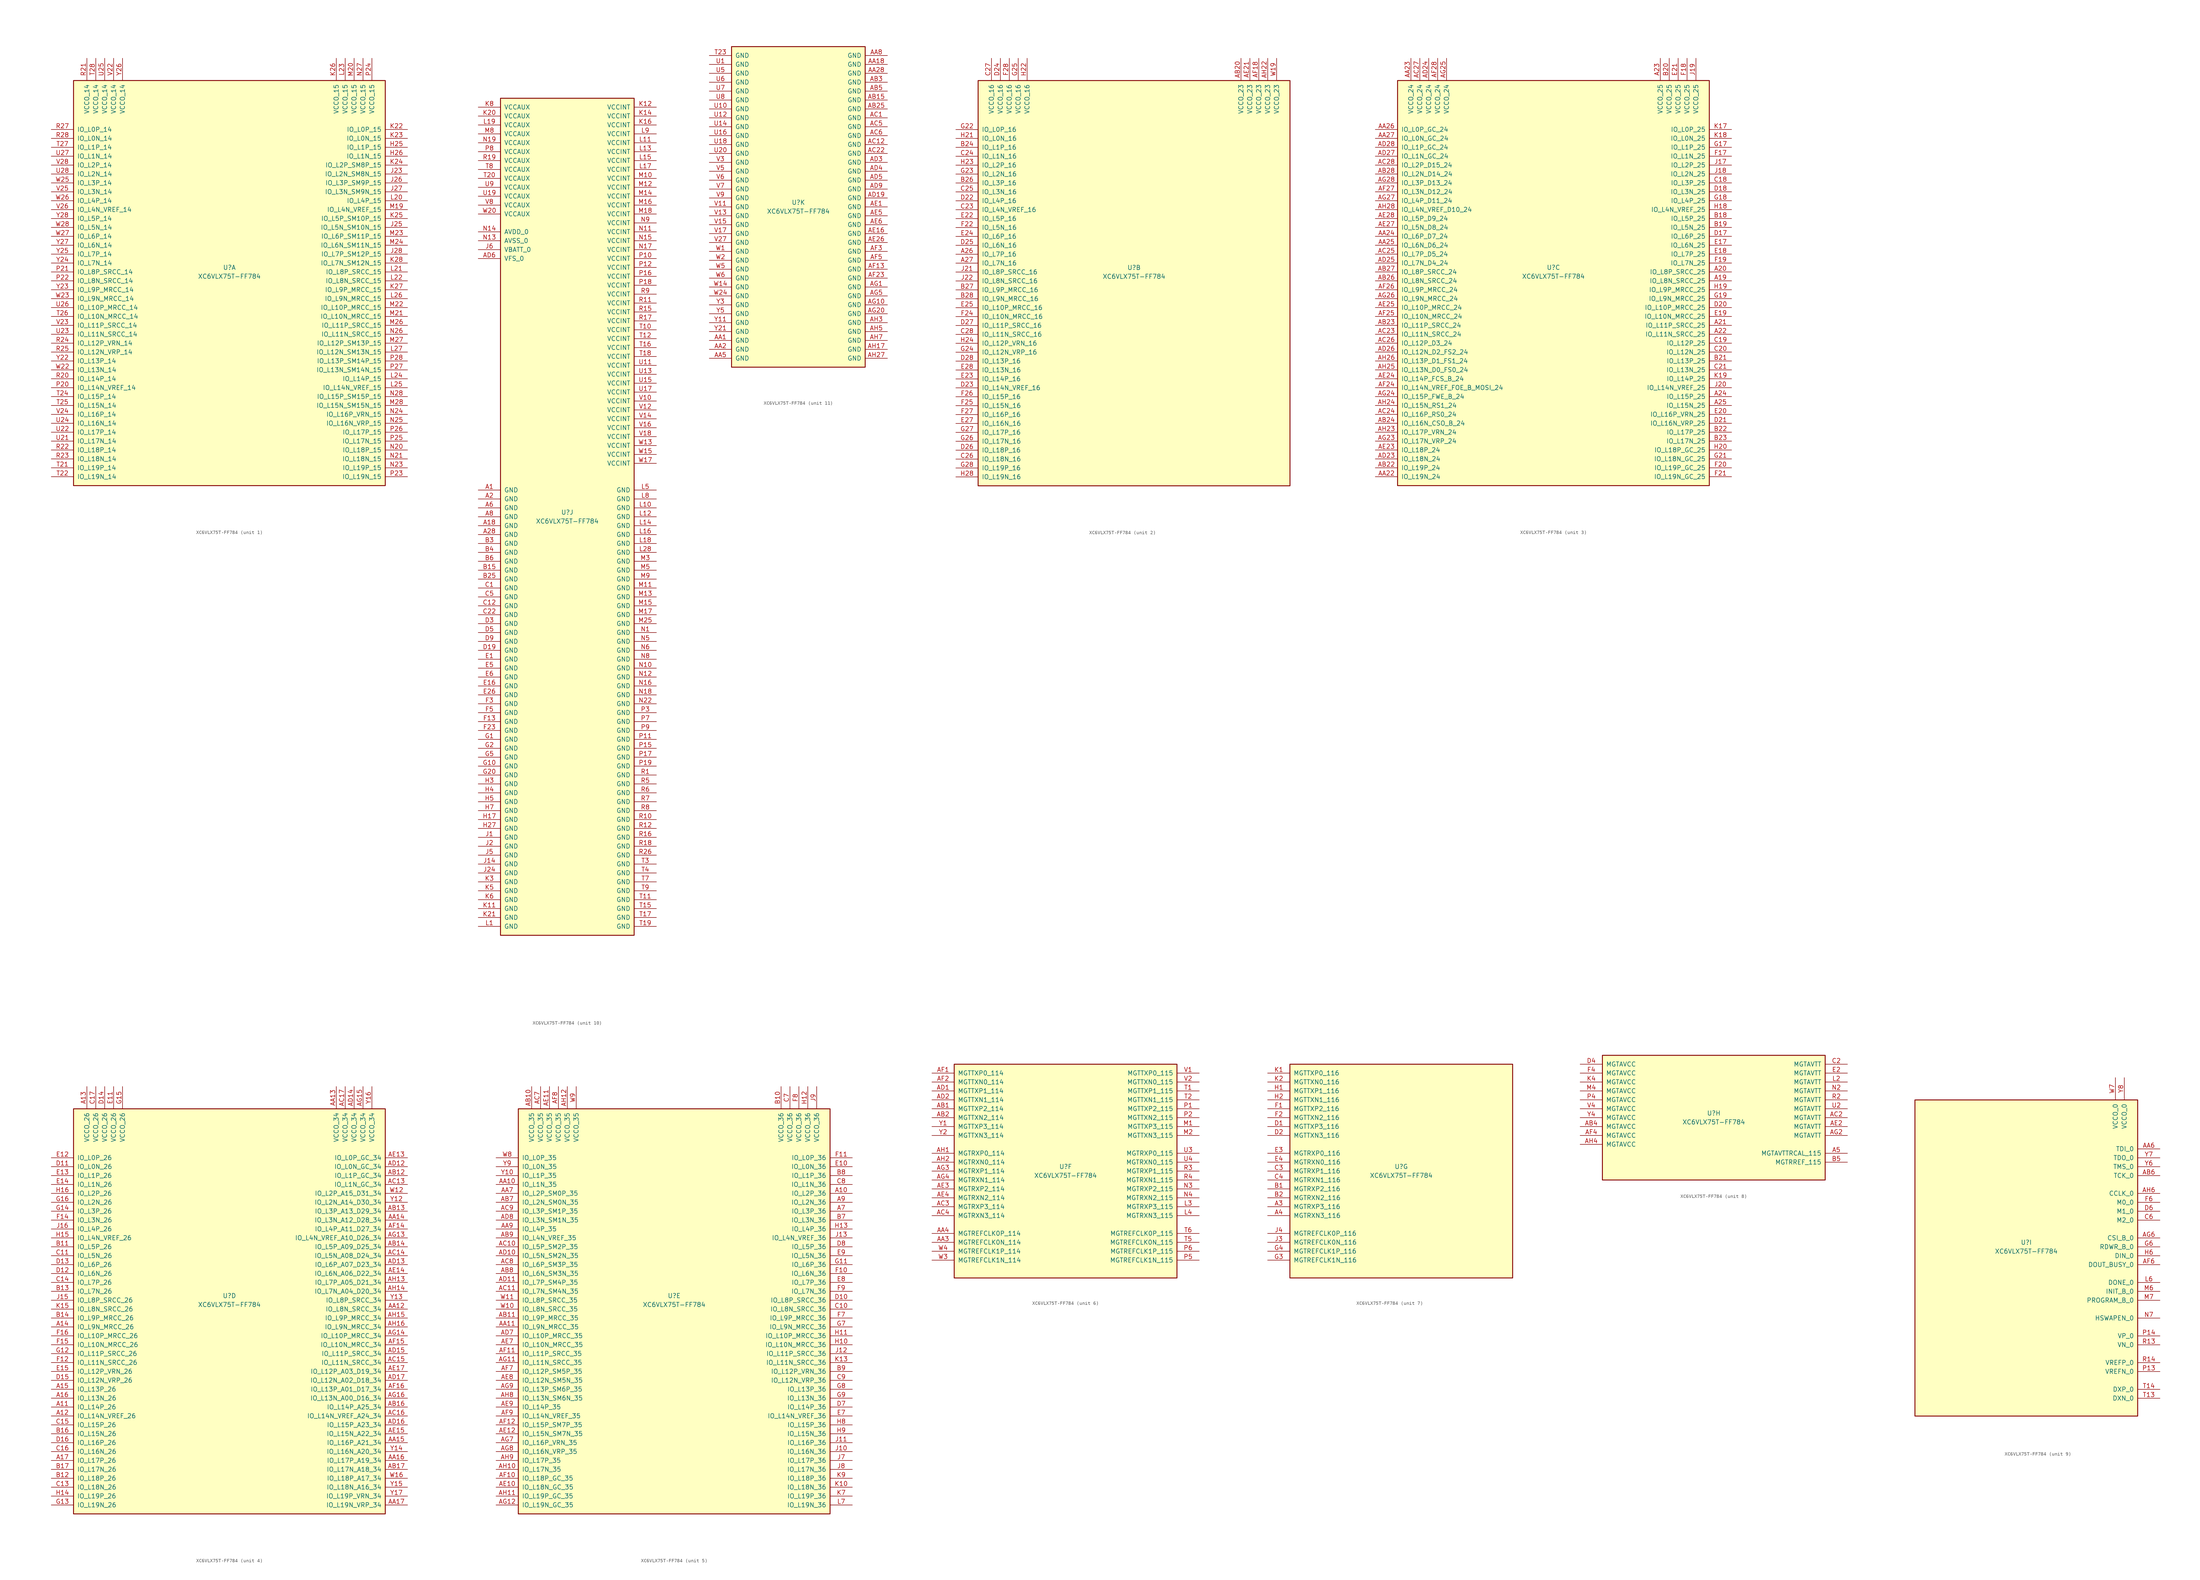
<source format=kicad_sym>
(kicad_symbol_lib
  (version 20211014)
  (generator kicad_symbol_editor)
  (symbol "XC6VLX75T-FF784"
    (pin_names
      (offset 1.016))
    (property "Reference" "U"
      (at 0 1.27 0)
      (effects (font (size 1.27 1.27))))
    (property "Value" "XC6VLX75T-FF784"
      (at 0 -1.27 0)
      (effects (font (size 1.27 1.27))))
    (property "Datasheet" ""
      (at 0 0 0)
      (effects (font (size 1.27 1.27))))
    (property "ki_locked" ""
      (at 0 0 0)
      (effects (font (size 1.27 1.27))))
    (symbol "XC6VLX75T-FF784_1_1"
      (rectangle (start -44.45 54.61) (end 44.45 -60.96) (stroke (width 0.254) (type default) (color 0 0 0 0)) (fill (type background)))
      (pin bidirectional line (at 50.8 35.56 180) (length 6.35) (name "IO_L1P_15" (effects (font (size 1.27 1.27)))) (number "H25" (effects (font (size 1.27 1.27)))))
      (pin bidirectional line (at 50.8 33.02 180) (length 6.35) (name "IO_L1N_15" (effects (font (size 1.27 1.27)))) (number "H26" (effects (font (size 1.27 1.27)))))
      (pin bidirectional line (at 50.8 27.94 180) (length 6.35) (name "IO_L2N_SM8N_15" (effects (font (size 1.27 1.27)))) (number "J23" (effects (font (size 1.27 1.27)))))
      (pin bidirectional line (at 50.8 12.7 180) (length 6.35) (name "IO_L5N_SM10N_15" (effects (font (size 1.27 1.27)))) (number "J25" (effects (font (size 1.27 1.27)))))
      (pin bidirectional line (at 50.8 25.4 180) (length 6.35) (name "IO_L3P_SM9P_15" (effects (font (size 1.27 1.27)))) (number "J26" (effects (font (size 1.27 1.27)))))
      (pin bidirectional line (at 50.8 22.86 180) (length 6.35) (name "IO_L3N_SM9N_15" (effects (font (size 1.27 1.27)))) (number "J27" (effects (font (size 1.27 1.27)))))
      (pin bidirectional line (at 50.8 5.08 180) (length 6.35) (name "IO_L7P_SM12P_15" (effects (font (size 1.27 1.27)))) (number "J28" (effects (font (size 1.27 1.27)))))
      (pin bidirectional line (at 50.8 40.64 180) (length 6.35) (name "IO_L0P_15" (effects (font (size 1.27 1.27)))) (number "K22" (effects (font (size 1.27 1.27)))))
      (pin bidirectional line (at 50.8 38.1 180) (length 6.35) (name "IO_L0N_15" (effects (font (size 1.27 1.27)))) (number "K23" (effects (font (size 1.27 1.27)))))
      (pin bidirectional line (at 50.8 30.48 180) (length 6.35) (name "IO_L2P_SM8P_15" (effects (font (size 1.27 1.27)))) (number "K24" (effects (font (size 1.27 1.27)))))
      (pin bidirectional line (at 50.8 15.24 180) (length 6.35) (name "IO_L5P_SM10P_15" (effects (font (size 1.27 1.27)))) (number "K25" (effects (font (size 1.27 1.27)))))
      (pin power_in line (at 30.48 60.96 270) (length 6.35) (name "VCCO_15" (effects (font (size 1.27 1.27)))) (number "K26" (effects (font (size 1.27 1.27)))))
      (pin bidirectional line (at 50.8 -5.08 180) (length 6.35) (name "IO_L9P_MRCC_15" (effects (font (size 1.27 1.27)))) (number "K27" (effects (font (size 1.27 1.27)))))
      (pin bidirectional line (at 50.8 2.54 180) (length 6.35) (name "IO_L7N_SM12N_15" (effects (font (size 1.27 1.27)))) (number "K28" (effects (font (size 1.27 1.27)))))
      (pin bidirectional line (at 50.8 20.32 180) (length 6.35) (name "IO_L4P_15" (effects (font (size 1.27 1.27)))) (number "L20" (effects (font (size 1.27 1.27)))))
      (pin bidirectional line (at 50.8 0 180) (length 6.35) (name "IO_L8P_SRCC_15" (effects (font (size 1.27 1.27)))) (number "L21" (effects (font (size 1.27 1.27)))))
      (pin bidirectional line (at 50.8 -2.54 180) (length 6.35) (name "IO_L8N_SRCC_15" (effects (font (size 1.27 1.27)))) (number "L22" (effects (font (size 1.27 1.27)))))
      (pin power_in line (at 33.02 60.96 270) (length 6.35) (name "VCCO_15" (effects (font (size 1.27 1.27)))) (number "L23" (effects (font (size 1.27 1.27)))))
      (pin bidirectional line (at 50.8 -30.48 180) (length 6.35) (name "IO_L14P_15" (effects (font (size 1.27 1.27)))) (number "L24" (effects (font (size 1.27 1.27)))))
      (pin bidirectional line (at 50.8 -33.02 180) (length 6.35) (name "IO_L14N_VREF_15" (effects (font (size 1.27 1.27)))) (number "L25" (effects (font (size 1.27 1.27)))))
      (pin bidirectional line (at 50.8 -7.62 180) (length 6.35) (name "IO_L9N_MRCC_15" (effects (font (size 1.27 1.27)))) (number "L26" (effects (font (size 1.27 1.27)))))
      (pin bidirectional line (at 50.8 -22.86 180) (length 6.35) (name "IO_L12N_SM13N_15" (effects (font (size 1.27 1.27)))) (number "L27" (effects (font (size 1.27 1.27)))))
      (pin bidirectional line (at 50.8 17.78 180) (length 6.35) (name "IO_L4N_VREF_15" (effects (font (size 1.27 1.27)))) (number "M19" (effects (font (size 1.27 1.27)))))
      (pin power_in line (at 35.56 60.96 270) (length 6.35) (name "VCCO_15" (effects (font (size 1.27 1.27)))) (number "M20" (effects (font (size 1.27 1.27)))))
      (pin bidirectional line (at 50.8 -12.7 180) (length 6.35) (name "IO_L10N_MRCC_15" (effects (font (size 1.27 1.27)))) (number "M21" (effects (font (size 1.27 1.27)))))
      (pin bidirectional line (at 50.8 -10.16 180) (length 6.35) (name "IO_L10P_MRCC_15" (effects (font (size 1.27 1.27)))) (number "M22" (effects (font (size 1.27 1.27)))))
      (pin bidirectional line (at 50.8 10.16 180) (length 6.35) (name "IO_L6P_SM11P_15" (effects (font (size 1.27 1.27)))) (number "M23" (effects (font (size 1.27 1.27)))))
      (pin bidirectional line (at 50.8 7.62 180) (length 6.35) (name "IO_L6N_SM11N_15" (effects (font (size 1.27 1.27)))) (number "M24" (effects (font (size 1.27 1.27)))))
      (pin bidirectional line (at 50.8 -15.24 180) (length 6.35) (name "IO_L11P_SRCC_15" (effects (font (size 1.27 1.27)))) (number "M26" (effects (font (size 1.27 1.27)))))
      (pin bidirectional line (at 50.8 -20.32 180) (length 6.35) (name "IO_L12P_SM13P_15" (effects (font (size 1.27 1.27)))) (number "M27" (effects (font (size 1.27 1.27)))))
      (pin bidirectional line (at 50.8 -38.1 180) (length 6.35) (name "IO_L15N_SM15N_15" (effects (font (size 1.27 1.27)))) (number "M28" (effects (font (size 1.27 1.27)))))
      (pin bidirectional line (at 50.8 -50.8 180) (length 6.35) (name "IO_L18P_15" (effects (font (size 1.27 1.27)))) (number "N20" (effects (font (size 1.27 1.27)))))
      (pin bidirectional line (at 50.8 -53.34 180) (length 6.35) (name "IO_L18N_15" (effects (font (size 1.27 1.27)))) (number "N21" (effects (font (size 1.27 1.27)))))
      (pin bidirectional line (at 50.8 -55.88 180) (length 6.35) (name "IO_L19P_15" (effects (font (size 1.27 1.27)))) (number "N23" (effects (font (size 1.27 1.27)))))
      (pin bidirectional line (at 50.8 -40.64 180) (length 6.35) (name "IO_L16P_VRN_15" (effects (font (size 1.27 1.27)))) (number "N24" (effects (font (size 1.27 1.27)))))
      (pin bidirectional line (at 50.8 -43.18 180) (length 6.35) (name "IO_L16N_VRP_15" (effects (font (size 1.27 1.27)))) (number "N25" (effects (font (size 1.27 1.27)))))
      (pin bidirectional line (at 50.8 -17.78 180) (length 6.35) (name "IO_L11N_SRCC_15" (effects (font (size 1.27 1.27)))) (number "N26" (effects (font (size 1.27 1.27)))))
      (pin power_in line (at 38.1 60.96 270) (length 6.35) (name "VCCO_15" (effects (font (size 1.27 1.27)))) (number "N27" (effects (font (size 1.27 1.27)))))
      (pin bidirectional line (at 50.8 -35.56 180) (length 6.35) (name "IO_L15P_SM15P_15" (effects (font (size 1.27 1.27)))) (number "N28" (effects (font (size 1.27 1.27)))))
      (pin bidirectional line (at -50.8 -33.02 0) (length 6.35) (name "IO_L14N_VREF_14" (effects (font (size 1.27 1.27)))) (number "P20" (effects (font (size 1.27 1.27)))))
      (pin bidirectional line (at -50.8 0 0) (length 6.35) (name "IO_L8P_SRCC_14" (effects (font (size 1.27 1.27)))) (number "P21" (effects (font (size 1.27 1.27)))))
      (pin bidirectional line (at -50.8 -2.54 0) (length 6.35) (name "IO_L8N_SRCC_14" (effects (font (size 1.27 1.27)))) (number "P22" (effects (font (size 1.27 1.27)))))
      (pin bidirectional line (at 50.8 -58.42 180) (length 6.35) (name "IO_L19N_15" (effects (font (size 1.27 1.27)))) (number "P23" (effects (font (size 1.27 1.27)))))
      (pin power_in line (at 40.64 60.96 270) (length 6.35) (name "VCCO_15" (effects (font (size 1.27 1.27)))) (number "P24" (effects (font (size 1.27 1.27)))))
      (pin bidirectional line (at 50.8 -48.26 180) (length 6.35) (name "IO_L17N_15" (effects (font (size 1.27 1.27)))) (number "P25" (effects (font (size 1.27 1.27)))))
      (pin bidirectional line (at 50.8 -45.72 180) (length 6.35) (name "IO_L17P_15" (effects (font (size 1.27 1.27)))) (number "P26" (effects (font (size 1.27 1.27)))))
      (pin bidirectional line (at 50.8 -27.94 180) (length 6.35) (name "IO_L13N_SM14N_15" (effects (font (size 1.27 1.27)))) (number "P27" (effects (font (size 1.27 1.27)))))
      (pin bidirectional line (at 50.8 -25.4 180) (length 6.35) (name "IO_L13P_SM14P_15" (effects (font (size 1.27 1.27)))) (number "P28" (effects (font (size 1.27 1.27)))))
      (pin bidirectional line (at -50.8 -30.48 0) (length 6.35) (name "IO_L14P_14" (effects (font (size 1.27 1.27)))) (number "R20" (effects (font (size 1.27 1.27)))))
      (pin power_in line (at -40.64 60.96 270) (length 6.35) (name "VCCO_14" (effects (font (size 1.27 1.27)))) (number "R21" (effects (font (size 1.27 1.27)))))
      (pin bidirectional line (at -50.8 -50.8 0) (length 6.35) (name "IO_L18P_14" (effects (font (size 1.27 1.27)))) (number "R22" (effects (font (size 1.27 1.27)))))
      (pin bidirectional line (at -50.8 -53.34 0) (length 6.35) (name "IO_L18N_14" (effects (font (size 1.27 1.27)))) (number "R23" (effects (font (size 1.27 1.27)))))
      (pin bidirectional line (at -50.8 -20.32 0) (length 6.35) (name "IO_L12P_VRN_14" (effects (font (size 1.27 1.27)))) (number "R24" (effects (font (size 1.27 1.27)))))
      (pin bidirectional line (at -50.8 -22.86 0) (length 6.35) (name "IO_L12N_VRP_14" (effects (font (size 1.27 1.27)))) (number "R25" (effects (font (size 1.27 1.27)))))
      (pin bidirectional line (at -50.8 40.64 0) (length 6.35) (name "IO_L0P_14" (effects (font (size 1.27 1.27)))) (number "R27" (effects (font (size 1.27 1.27)))))
      (pin bidirectional line (at -50.8 38.1 0) (length 6.35) (name "IO_L0N_14" (effects (font (size 1.27 1.27)))) (number "R28" (effects (font (size 1.27 1.27)))))
      (pin bidirectional line (at -50.8 -55.88 0) (length 6.35) (name "IO_L19P_14" (effects (font (size 1.27 1.27)))) (number "T21" (effects (font (size 1.27 1.27)))))
      (pin bidirectional line (at -50.8 -58.42 0) (length 6.35) (name "IO_L19N_14" (effects (font (size 1.27 1.27)))) (number "T22" (effects (font (size 1.27 1.27)))))
      (pin bidirectional line (at -50.8 -35.56 0) (length 6.35) (name "IO_L15P_14" (effects (font (size 1.27 1.27)))) (number "T24" (effects (font (size 1.27 1.27)))))
      (pin bidirectional line (at -50.8 -38.1 0) (length 6.35) (name "IO_L15N_14" (effects (font (size 1.27 1.27)))) (number "T25" (effects (font (size 1.27 1.27)))))
      (pin bidirectional line (at -50.8 -12.7 0) (length 6.35) (name "IO_L10N_MRCC_14" (effects (font (size 1.27 1.27)))) (number "T26" (effects (font (size 1.27 1.27)))))
      (pin bidirectional line (at -50.8 35.56 0) (length 6.35) (name "IO_L1P_14" (effects (font (size 1.27 1.27)))) (number "T27" (effects (font (size 1.27 1.27)))))
      (pin power_in line (at -38.1 60.96 270) (length 6.35) (name "VCCO_14" (effects (font (size 1.27 1.27)))) (number "T28" (effects (font (size 1.27 1.27)))))
      (pin bidirectional line (at -50.8 -48.26 0) (length 6.35) (name "IO_L17N_14" (effects (font (size 1.27 1.27)))) (number "U21" (effects (font (size 1.27 1.27)))))
      (pin bidirectional line (at -50.8 -45.72 0) (length 6.35) (name "IO_L17P_14" (effects (font (size 1.27 1.27)))) (number "U22" (effects (font (size 1.27 1.27)))))
      (pin bidirectional line (at -50.8 -17.78 0) (length 6.35) (name "IO_L11N_SRCC_14" (effects (font (size 1.27 1.27)))) (number "U23" (effects (font (size 1.27 1.27)))))
      (pin bidirectional line (at -50.8 -43.18 0) (length 6.35) (name "IO_L16N_14" (effects (font (size 1.27 1.27)))) (number "U24" (effects (font (size 1.27 1.27)))))
      (pin power_in line (at -35.56 60.96 270) (length 6.35) (name "VCCO_14" (effects (font (size 1.27 1.27)))) (number "U25" (effects (font (size 1.27 1.27)))))
      (pin bidirectional line (at -50.8 -10.16 0) (length 6.35) (name "IO_L10P_MRCC_14" (effects (font (size 1.27 1.27)))) (number "U26" (effects (font (size 1.27 1.27)))))
      (pin bidirectional line (at -50.8 33.02 0) (length 6.35) (name "IO_L1N_14" (effects (font (size 1.27 1.27)))) (number "U27" (effects (font (size 1.27 1.27)))))
      (pin bidirectional line (at -50.8 27.94 0) (length 6.35) (name "IO_L2N_14" (effects (font (size 1.27 1.27)))) (number "U28" (effects (font (size 1.27 1.27)))))
      (pin power_in line (at -33.02 60.96 270) (length 6.35) (name "VCCO_14" (effects (font (size 1.27 1.27)))) (number "V22" (effects (font (size 1.27 1.27)))))
      (pin bidirectional line (at -50.8 -15.24 0) (length 6.35) (name "IO_L11P_SRCC_14" (effects (font (size 1.27 1.27)))) (number "V23" (effects (font (size 1.27 1.27)))))
      (pin bidirectional line (at -50.8 -40.64 0) (length 6.35) (name "IO_L16P_14" (effects (font (size 1.27 1.27)))) (number "V24" (effects (font (size 1.27 1.27)))))
      (pin bidirectional line (at -50.8 22.86 0) (length 6.35) (name "IO_L3N_14" (effects (font (size 1.27 1.27)))) (number "V25" (effects (font (size 1.27 1.27)))))
      (pin bidirectional line (at -50.8 17.78 0) (length 6.35) (name "IO_L4N_VREF_14" (effects (font (size 1.27 1.27)))) (number "V26" (effects (font (size 1.27 1.27)))))
      (pin bidirectional line (at -50.8 30.48 0) (length 6.35) (name "IO_L2P_14" (effects (font (size 1.27 1.27)))) (number "V28" (effects (font (size 1.27 1.27)))))
      (pin bidirectional line (at -50.8 -27.94 0) (length 6.35) (name "IO_L13N_14" (effects (font (size 1.27 1.27)))) (number "W22" (effects (font (size 1.27 1.27)))))
      (pin bidirectional line (at -50.8 -7.62 0) (length 6.35) (name "IO_L9N_MRCC_14" (effects (font (size 1.27 1.27)))) (number "W23" (effects (font (size 1.27 1.27)))))
      (pin bidirectional line (at -50.8 25.4 0) (length 6.35) (name "IO_L3P_14" (effects (font (size 1.27 1.27)))) (number "W25" (effects (font (size 1.27 1.27)))))
      (pin bidirectional line (at -50.8 20.32 0) (length 6.35) (name "IO_L4P_14" (effects (font (size 1.27 1.27)))) (number "W26" (effects (font (size 1.27 1.27)))))
      (pin bidirectional line (at -50.8 10.16 0) (length 6.35) (name "IO_L6P_14" (effects (font (size 1.27 1.27)))) (number "W27" (effects (font (size 1.27 1.27)))))
      (pin bidirectional line (at -50.8 12.7 0) (length 6.35) (name "IO_L5N_14" (effects (font (size 1.27 1.27)))) (number "W28" (effects (font (size 1.27 1.27)))))
      (pin bidirectional line (at -50.8 -25.4 0) (length 6.35) (name "IO_L13P_14" (effects (font (size 1.27 1.27)))) (number "Y22" (effects (font (size 1.27 1.27)))))
      (pin bidirectional line (at -50.8 -5.08 0) (length 6.35) (name "IO_L9P_MRCC_14" (effects (font (size 1.27 1.27)))) (number "Y23" (effects (font (size 1.27 1.27)))))
      (pin bidirectional line (at -50.8 2.54 0) (length 6.35) (name "IO_L7N_14" (effects (font (size 1.27 1.27)))) (number "Y24" (effects (font (size 1.27 1.27)))))
      (pin bidirectional line (at -50.8 5.08 0) (length 6.35) (name "IO_L7P_14" (effects (font (size 1.27 1.27)))) (number "Y25" (effects (font (size 1.27 1.27)))))
      (pin power_in line (at -30.48 60.96 270) (length 6.35) (name "VCCO_14" (effects (font (size 1.27 1.27)))) (number "Y26" (effects (font (size 1.27 1.27)))))
      (pin bidirectional line (at -50.8 7.62 0) (length 6.35) (name "IO_L6N_14" (effects (font (size 1.27 1.27)))) (number "Y27" (effects (font (size 1.27 1.27)))))
      (pin bidirectional line (at -50.8 15.24 0) (length 6.35) (name "IO_L5P_14" (effects (font (size 1.27 1.27)))) (number "Y28" (effects (font (size 1.27 1.27))))))
    (symbol "XC6VLX75T-FF784_2_1"
      (rectangle (start -44.45 54.61) (end 44.45 -60.96) (stroke (width 0.254) (type default) (color 0 0 0 0)) (fill (type background)))
      (pin bidirectional line (at -50.8 5.08 0) (length 6.35) (name "IO_L7P_16" (effects (font (size 1.27 1.27)))) (number "A26" (effects (font (size 1.27 1.27)))))
      (pin bidirectional line (at -50.8 2.54 0) (length 6.35) (name "IO_L7N_16" (effects (font (size 1.27 1.27)))) (number "A27" (effects (font (size 1.27 1.27)))))
      (pin power_in line (at 30.48 60.96 270) (length 6.35) (name "VCCO_23" (effects (font (size 1.27 1.27)))) (number "AB20" (effects (font (size 1.27 1.27)))))
      (pin power_in line (at 33.02 60.96 270) (length 6.35) (name "VCCO_23" (effects (font (size 1.27 1.27)))) (number "AE21" (effects (font (size 1.27 1.27)))))
      (pin power_in line (at 35.56 60.96 270) (length 6.35) (name "VCCO_23" (effects (font (size 1.27 1.27)))) (number "AF18" (effects (font (size 1.27 1.27)))))
      (pin power_in line (at 38.1 60.96 270) (length 6.35) (name "VCCO_23" (effects (font (size 1.27 1.27)))) (number "AH22" (effects (font (size 1.27 1.27)))))
      (pin bidirectional line (at -50.8 35.56 0) (length 6.35) (name "IO_L1P_16" (effects (font (size 1.27 1.27)))) (number "B24" (effects (font (size 1.27 1.27)))))
      (pin bidirectional line (at -50.8 25.4 0) (length 6.35) (name "IO_L3P_16" (effects (font (size 1.27 1.27)))) (number "B26" (effects (font (size 1.27 1.27)))))
      (pin bidirectional line (at -50.8 -5.08 0) (length 6.35) (name "IO_L9P_MRCC_16" (effects (font (size 1.27 1.27)))) (number "B27" (effects (font (size 1.27 1.27)))))
      (pin bidirectional line (at -50.8 -7.62 0) (length 6.35) (name "IO_L9N_MRCC_16" (effects (font (size 1.27 1.27)))) (number "B28" (effects (font (size 1.27 1.27)))))
      (pin bidirectional line (at -50.8 17.78 0) (length 6.35) (name "IO_L4N_VREF_16" (effects (font (size 1.27 1.27)))) (number "C23" (effects (font (size 1.27 1.27)))))
      (pin bidirectional line (at -50.8 33.02 0) (length 6.35) (name "IO_L1N_16" (effects (font (size 1.27 1.27)))) (number "C24" (effects (font (size 1.27 1.27)))))
      (pin bidirectional line (at -50.8 22.86 0) (length 6.35) (name "IO_L3N_16" (effects (font (size 1.27 1.27)))) (number "C25" (effects (font (size 1.27 1.27)))))
      (pin bidirectional line (at -50.8 -53.34 0) (length 6.35) (name "IO_L18N_16" (effects (font (size 1.27 1.27)))) (number "C26" (effects (font (size 1.27 1.27)))))
      (pin power_in line (at -40.64 60.96 270) (length 6.35) (name "VCCO_16" (effects (font (size 1.27 1.27)))) (number "C27" (effects (font (size 1.27 1.27)))))
      (pin bidirectional line (at -50.8 -17.78 0) (length 6.35) (name "IO_L11N_SRCC_16" (effects (font (size 1.27 1.27)))) (number "C28" (effects (font (size 1.27 1.27)))))
      (pin bidirectional line (at -50.8 20.32 0) (length 6.35) (name "IO_L4P_16" (effects (font (size 1.27 1.27)))) (number "D22" (effects (font (size 1.27 1.27)))))
      (pin bidirectional line (at -50.8 -33.02 0) (length 6.35) (name "IO_L14N_VREF_16" (effects (font (size 1.27 1.27)))) (number "D23" (effects (font (size 1.27 1.27)))))
      (pin power_in line (at -38.1 60.96 270) (length 6.35) (name "VCCO_16" (effects (font (size 1.27 1.27)))) (number "D24" (effects (font (size 1.27 1.27)))))
      (pin bidirectional line (at -50.8 7.62 0) (length 6.35) (name "IO_L6N_16" (effects (font (size 1.27 1.27)))) (number "D25" (effects (font (size 1.27 1.27)))))
      (pin bidirectional line (at -50.8 -50.8 0) (length 6.35) (name "IO_L18P_16" (effects (font (size 1.27 1.27)))) (number "D26" (effects (font (size 1.27 1.27)))))
      (pin bidirectional line (at -50.8 -15.24 0) (length 6.35) (name "IO_L11P_SRCC_16" (effects (font (size 1.27 1.27)))) (number "D27" (effects (font (size 1.27 1.27)))))
      (pin bidirectional line (at -50.8 -25.4 0) (length 6.35) (name "IO_L13P_16" (effects (font (size 1.27 1.27)))) (number "D28" (effects (font (size 1.27 1.27)))))
      (pin bidirectional line (at -50.8 15.24 0) (length 6.35) (name "IO_L5P_16" (effects (font (size 1.27 1.27)))) (number "E22" (effects (font (size 1.27 1.27)))))
      (pin bidirectional line (at -50.8 -30.48 0) (length 6.35) (name "IO_L14P_16" (effects (font (size 1.27 1.27)))) (number "E23" (effects (font (size 1.27 1.27)))))
      (pin bidirectional line (at -50.8 10.16 0) (length 6.35) (name "IO_L6P_16" (effects (font (size 1.27 1.27)))) (number "E24" (effects (font (size 1.27 1.27)))))
      (pin bidirectional line (at -50.8 -10.16 0) (length 6.35) (name "IO_L10P_MRCC_16" (effects (font (size 1.27 1.27)))) (number "E25" (effects (font (size 1.27 1.27)))))
      (pin bidirectional line (at -50.8 -43.18 0) (length 6.35) (name "IO_L16N_16" (effects (font (size 1.27 1.27)))) (number "E27" (effects (font (size 1.27 1.27)))))
      (pin bidirectional line (at -50.8 -27.94 0) (length 6.35) (name "IO_L13N_16" (effects (font (size 1.27 1.27)))) (number "E28" (effects (font (size 1.27 1.27)))))
      (pin bidirectional line (at -50.8 12.7 0) (length 6.35) (name "IO_L5N_16" (effects (font (size 1.27 1.27)))) (number "F22" (effects (font (size 1.27 1.27)))))
      (pin bidirectional line (at -50.8 -12.7 0) (length 6.35) (name "IO_L10N_MRCC_16" (effects (font (size 1.27 1.27)))) (number "F24" (effects (font (size 1.27 1.27)))))
      (pin bidirectional line (at -50.8 -38.1 0) (length 6.35) (name "IO_L15N_16" (effects (font (size 1.27 1.27)))) (number "F25" (effects (font (size 1.27 1.27)))))
      (pin bidirectional line (at -50.8 -35.56 0) (length 6.35) (name "IO_L15P_16" (effects (font (size 1.27 1.27)))) (number "F26" (effects (font (size 1.27 1.27)))))
      (pin bidirectional line (at -50.8 -40.64 0) (length 6.35) (name "IO_L16P_16" (effects (font (size 1.27 1.27)))) (number "F27" (effects (font (size 1.27 1.27)))))
      (pin power_in line (at -35.56 60.96 270) (length 6.35) (name "VCCO_16" (effects (font (size 1.27 1.27)))) (number "F28" (effects (font (size 1.27 1.27)))))
      (pin bidirectional line (at -50.8 40.64 0) (length 6.35) (name "IO_L0P_16" (effects (font (size 1.27 1.27)))) (number "G22" (effects (font (size 1.27 1.27)))))
      (pin bidirectional line (at -50.8 27.94 0) (length 6.35) (name "IO_L2N_16" (effects (font (size 1.27 1.27)))) (number "G23" (effects (font (size 1.27 1.27)))))
      (pin bidirectional line (at -50.8 -22.86 0) (length 6.35) (name "IO_L12N_VRP_16" (effects (font (size 1.27 1.27)))) (number "G24" (effects (font (size 1.27 1.27)))))
      (pin power_in line (at -33.02 60.96 270) (length 6.35) (name "VCCO_16" (effects (font (size 1.27 1.27)))) (number "G25" (effects (font (size 1.27 1.27)))))
      (pin bidirectional line (at -50.8 -48.26 0) (length 6.35) (name "IO_L17N_16" (effects (font (size 1.27 1.27)))) (number "G26" (effects (font (size 1.27 1.27)))))
      (pin bidirectional line (at -50.8 -45.72 0) (length 6.35) (name "IO_L17P_16" (effects (font (size 1.27 1.27)))) (number "G27" (effects (font (size 1.27 1.27)))))
      (pin bidirectional line (at -50.8 -55.88 0) (length 6.35) (name "IO_L19P_16" (effects (font (size 1.27 1.27)))) (number "G28" (effects (font (size 1.27 1.27)))))
      (pin bidirectional line (at -50.8 38.1 0) (length 6.35) (name "IO_L0N_16" (effects (font (size 1.27 1.27)))) (number "H21" (effects (font (size 1.27 1.27)))))
      (pin power_in line (at -30.48 60.96 270) (length 6.35) (name "VCCO_16" (effects (font (size 1.27 1.27)))) (number "H22" (effects (font (size 1.27 1.27)))))
      (pin bidirectional line (at -50.8 30.48 0) (length 6.35) (name "IO_L2P_16" (effects (font (size 1.27 1.27)))) (number "H23" (effects (font (size 1.27 1.27)))))
      (pin bidirectional line (at -50.8 -20.32 0) (length 6.35) (name "IO_L12P_VRN_16" (effects (font (size 1.27 1.27)))) (number "H24" (effects (font (size 1.27 1.27)))))
      (pin bidirectional line (at -50.8 -58.42 0) (length 6.35) (name "IO_L19N_16" (effects (font (size 1.27 1.27)))) (number "H28" (effects (font (size 1.27 1.27)))))
      (pin bidirectional line (at -50.8 0 0) (length 6.35) (name "IO_L8P_SRCC_16" (effects (font (size 1.27 1.27)))) (number "J21" (effects (font (size 1.27 1.27)))))
      (pin bidirectional line (at -50.8 -2.54 0) (length 6.35) (name "IO_L8N_SRCC_16" (effects (font (size 1.27 1.27)))) (number "J22" (effects (font (size 1.27 1.27)))))
      (pin power_in line (at 40.64 60.96 270) (length 6.35) (name "VCCO_23" (effects (font (size 1.27 1.27)))) (number "W19" (effects (font (size 1.27 1.27))))))
    (symbol "XC6VLX75T-FF784_3_1"
      (rectangle (start -44.45 54.61) (end 44.45 -60.96) (stroke (width 0.254) (type default) (color 0 0 0 0)) (fill (type background)))
      (pin bidirectional line (at 50.8 -2.54 180) (length 6.35) (name "IO_L8N_SRCC_25" (effects (font (size 1.27 1.27)))) (number "A19" (effects (font (size 1.27 1.27)))))
      (pin bidirectional line (at 50.8 0 180) (length 6.35) (name "IO_L8P_SRCC_25" (effects (font (size 1.27 1.27)))) (number "A20" (effects (font (size 1.27 1.27)))))
      (pin bidirectional line (at 50.8 -15.24 180) (length 6.35) (name "IO_L11P_SRCC_25" (effects (font (size 1.27 1.27)))) (number "A21" (effects (font (size 1.27 1.27)))))
      (pin bidirectional line (at 50.8 -17.78 180) (length 6.35) (name "IO_L11N_SRCC_25" (effects (font (size 1.27 1.27)))) (number "A22" (effects (font (size 1.27 1.27)))))
      (pin power_in line (at 30.48 60.96 270) (length 6.35) (name "VCCO_25" (effects (font (size 1.27 1.27)))) (number "A23" (effects (font (size 1.27 1.27)))))
      (pin bidirectional line (at 50.8 -35.56 180) (length 6.35) (name "IO_L15P_25" (effects (font (size 1.27 1.27)))) (number "A24" (effects (font (size 1.27 1.27)))))
      (pin bidirectional line (at 50.8 -38.1 180) (length 6.35) (name "IO_L15N_25" (effects (font (size 1.27 1.27)))) (number "A25" (effects (font (size 1.27 1.27)))))
      (pin bidirectional line (at -50.8 -58.42 0) (length 6.35) (name "IO_L19N_24" (effects (font (size 1.27 1.27)))) (number "AA22" (effects (font (size 1.27 1.27)))))
      (pin power_in line (at -40.64 60.96 270) (length 6.35) (name "VCCO_24" (effects (font (size 1.27 1.27)))) (number "AA23" (effects (font (size 1.27 1.27)))))
      (pin bidirectional line (at -50.8 10.16 0) (length 6.35) (name "IO_L6P_D7_24" (effects (font (size 1.27 1.27)))) (number "AA24" (effects (font (size 1.27 1.27)))))
      (pin bidirectional line (at -50.8 7.62 0) (length 6.35) (name "IO_L6N_D6_24" (effects (font (size 1.27 1.27)))) (number "AA25" (effects (font (size 1.27 1.27)))))
      (pin bidirectional line (at -50.8 40.64 0) (length 6.35) (name "IO_L0P_GC_24" (effects (font (size 1.27 1.27)))) (number "AA26" (effects (font (size 1.27 1.27)))))
      (pin bidirectional line (at -50.8 38.1 0) (length 6.35) (name "IO_L0N_GC_24" (effects (font (size 1.27 1.27)))) (number "AA27" (effects (font (size 1.27 1.27)))))
      (pin bidirectional line (at -50.8 -55.88 0) (length 6.35) (name "IO_L19P_24" (effects (font (size 1.27 1.27)))) (number "AB22" (effects (font (size 1.27 1.27)))))
      (pin bidirectional line (at -50.8 -15.24 0) (length 6.35) (name "IO_L11P_SRCC_24" (effects (font (size 1.27 1.27)))) (number "AB23" (effects (font (size 1.27 1.27)))))
      (pin bidirectional line (at -50.8 -43.18 0) (length 6.35) (name "IO_L16N_CSO_B_24" (effects (font (size 1.27 1.27)))) (number "AB24" (effects (font (size 1.27 1.27)))))
      (pin bidirectional line (at -50.8 -2.54 0) (length 6.35) (name "IO_L8N_SRCC_24" (effects (font (size 1.27 1.27)))) (number "AB26" (effects (font (size 1.27 1.27)))))
      (pin bidirectional line (at -50.8 0 0) (length 6.35) (name "IO_L8P_SRCC_24" (effects (font (size 1.27 1.27)))) (number "AB27" (effects (font (size 1.27 1.27)))))
      (pin bidirectional line (at -50.8 27.94 0) (length 6.35) (name "IO_L2N_D14_24" (effects (font (size 1.27 1.27)))) (number "AB28" (effects (font (size 1.27 1.27)))))
      (pin bidirectional line (at -50.8 -17.78 0) (length 6.35) (name "IO_L11N_SRCC_24" (effects (font (size 1.27 1.27)))) (number "AC23" (effects (font (size 1.27 1.27)))))
      (pin bidirectional line (at -50.8 -40.64 0) (length 6.35) (name "IO_L16P_RS0_24" (effects (font (size 1.27 1.27)))) (number "AC24" (effects (font (size 1.27 1.27)))))
      (pin bidirectional line (at -50.8 5.08 0) (length 6.35) (name "IO_L7P_D5_24" (effects (font (size 1.27 1.27)))) (number "AC25" (effects (font (size 1.27 1.27)))))
      (pin bidirectional line (at -50.8 -20.32 0) (length 6.35) (name "IO_L12P_D3_24" (effects (font (size 1.27 1.27)))) (number "AC26" (effects (font (size 1.27 1.27)))))
      (pin power_in line (at -38.1 60.96 270) (length 6.35) (name "VCCO_24" (effects (font (size 1.27 1.27)))) (number "AC27" (effects (font (size 1.27 1.27)))))
      (pin bidirectional line (at -50.8 30.48 0) (length 6.35) (name "IO_L2P_D15_24" (effects (font (size 1.27 1.27)))) (number "AC28" (effects (font (size 1.27 1.27)))))
      (pin bidirectional line (at -50.8 -53.34 0) (length 6.35) (name "IO_L18N_24" (effects (font (size 1.27 1.27)))) (number "AD23" (effects (font (size 1.27 1.27)))))
      (pin power_in line (at -35.56 60.96 270) (length 6.35) (name "VCCO_24" (effects (font (size 1.27 1.27)))) (number "AD24" (effects (font (size 1.27 1.27)))))
      (pin bidirectional line (at -50.8 2.54 0) (length 6.35) (name "IO_L7N_D4_24" (effects (font (size 1.27 1.27)))) (number "AD25" (effects (font (size 1.27 1.27)))))
      (pin bidirectional line (at -50.8 -22.86 0) (length 6.35) (name "IO_L12N_D2_FS2_24" (effects (font (size 1.27 1.27)))) (number "AD26" (effects (font (size 1.27 1.27)))))
      (pin bidirectional line (at -50.8 33.02 0) (length 6.35) (name "IO_L1N_GC_24" (effects (font (size 1.27 1.27)))) (number "AD27" (effects (font (size 1.27 1.27)))))
      (pin bidirectional line (at -50.8 35.56 0) (length 6.35) (name "IO_L1P_GC_24" (effects (font (size 1.27 1.27)))) (number "AD28" (effects (font (size 1.27 1.27)))))
      (pin bidirectional line (at -50.8 -50.8 0) (length 6.35) (name "IO_L18P_24" (effects (font (size 1.27 1.27)))) (number "AE23" (effects (font (size 1.27 1.27)))))
      (pin bidirectional line (at -50.8 -30.48 0) (length 6.35) (name "IO_L14P_FCS_B_24" (effects (font (size 1.27 1.27)))) (number "AE24" (effects (font (size 1.27 1.27)))))
      (pin bidirectional line (at -50.8 -10.16 0) (length 6.35) (name "IO_L10P_MRCC_24" (effects (font (size 1.27 1.27)))) (number "AE25" (effects (font (size 1.27 1.27)))))
      (pin bidirectional line (at -50.8 12.7 0) (length 6.35) (name "IO_L5N_D8_24" (effects (font (size 1.27 1.27)))) (number "AE27" (effects (font (size 1.27 1.27)))))
      (pin bidirectional line (at -50.8 15.24 0) (length 6.35) (name "IO_L5P_D9_24" (effects (font (size 1.27 1.27)))) (number "AE28" (effects (font (size 1.27 1.27)))))
      (pin bidirectional line (at -50.8 -33.02 0) (length 6.35) (name "IO_L14N_VREF_FOE_B_MOSI_24" (effects (font (size 1.27 1.27)))) (number "AF24" (effects (font (size 1.27 1.27)))))
      (pin bidirectional line (at -50.8 -12.7 0) (length 6.35) (name "IO_L10N_MRCC_24" (effects (font (size 1.27 1.27)))) (number "AF25" (effects (font (size 1.27 1.27)))))
      (pin bidirectional line (at -50.8 -5.08 0) (length 6.35) (name "IO_L9P_MRCC_24" (effects (font (size 1.27 1.27)))) (number "AF26" (effects (font (size 1.27 1.27)))))
      (pin bidirectional line (at -50.8 22.86 0) (length 6.35) (name "IO_L3N_D12_24" (effects (font (size 1.27 1.27)))) (number "AF27" (effects (font (size 1.27 1.27)))))
      (pin power_in line (at -33.02 60.96 270) (length 6.35) (name "VCCO_24" (effects (font (size 1.27 1.27)))) (number "AF28" (effects (font (size 1.27 1.27)))))
      (pin bidirectional line (at -50.8 -48.26 0) (length 6.35) (name "IO_L17N_VRP_24" (effects (font (size 1.27 1.27)))) (number "AG23" (effects (font (size 1.27 1.27)))))
      (pin bidirectional line (at -50.8 -35.56 0) (length 6.35) (name "IO_L15P_FWE_B_24" (effects (font (size 1.27 1.27)))) (number "AG24" (effects (font (size 1.27 1.27)))))
      (pin power_in line (at -30.48 60.96 270) (length 6.35) (name "VCCO_24" (effects (font (size 1.27 1.27)))) (number "AG25" (effects (font (size 1.27 1.27)))))
      (pin bidirectional line (at -50.8 -7.62 0) (length 6.35) (name "IO_L9N_MRCC_24" (effects (font (size 1.27 1.27)))) (number "AG26" (effects (font (size 1.27 1.27)))))
      (pin bidirectional line (at -50.8 20.32 0) (length 6.35) (name "IO_L4P_D11_24" (effects (font (size 1.27 1.27)))) (number "AG27" (effects (font (size 1.27 1.27)))))
      (pin bidirectional line (at -50.8 25.4 0) (length 6.35) (name "IO_L3P_D13_24" (effects (font (size 1.27 1.27)))) (number "AG28" (effects (font (size 1.27 1.27)))))
      (pin bidirectional line (at -50.8 -45.72 0) (length 6.35) (name "IO_L17P_VRN_24" (effects (font (size 1.27 1.27)))) (number "AH23" (effects (font (size 1.27 1.27)))))
      (pin bidirectional line (at -50.8 -38.1 0) (length 6.35) (name "IO_L15N_RS1_24" (effects (font (size 1.27 1.27)))) (number "AH24" (effects (font (size 1.27 1.27)))))
      (pin bidirectional line (at -50.8 -27.94 0) (length 6.35) (name "IO_L13N_D0_FS0_24" (effects (font (size 1.27 1.27)))) (number "AH25" (effects (font (size 1.27 1.27)))))
      (pin bidirectional line (at -50.8 -25.4 0) (length 6.35) (name "IO_L13P_D1_FS1_24" (effects (font (size 1.27 1.27)))) (number "AH26" (effects (font (size 1.27 1.27)))))
      (pin bidirectional line (at -50.8 17.78 0) (length 6.35) (name "IO_L4N_VREF_D10_24" (effects (font (size 1.27 1.27)))) (number "AH28" (effects (font (size 1.27 1.27)))))
      (pin bidirectional line (at 50.8 15.24 180) (length 6.35) (name "IO_L5P_25" (effects (font (size 1.27 1.27)))) (number "B18" (effects (font (size 1.27 1.27)))))
      (pin bidirectional line (at 50.8 12.7 180) (length 6.35) (name "IO_L5N_25" (effects (font (size 1.27 1.27)))) (number "B19" (effects (font (size 1.27 1.27)))))
      (pin power_in line (at 33.02 60.96 270) (length 6.35) (name "VCCO_25" (effects (font (size 1.27 1.27)))) (number "B20" (effects (font (size 1.27 1.27)))))
      (pin bidirectional line (at 50.8 -25.4 180) (length 6.35) (name "IO_L13P_25" (effects (font (size 1.27 1.27)))) (number "B21" (effects (font (size 1.27 1.27)))))
      (pin bidirectional line (at 50.8 -45.72 180) (length 6.35) (name "IO_L17P_25" (effects (font (size 1.27 1.27)))) (number "B22" (effects (font (size 1.27 1.27)))))
      (pin bidirectional line (at 50.8 -48.26 180) (length 6.35) (name "IO_L17N_25" (effects (font (size 1.27 1.27)))) (number "B23" (effects (font (size 1.27 1.27)))))
      (pin bidirectional line (at 50.8 25.4 180) (length 6.35) (name "IO_L3P_25" (effects (font (size 1.27 1.27)))) (number "C18" (effects (font (size 1.27 1.27)))))
      (pin bidirectional line (at 50.8 -20.32 180) (length 6.35) (name "IO_L12P_25" (effects (font (size 1.27 1.27)))) (number "C19" (effects (font (size 1.27 1.27)))))
      (pin bidirectional line (at 50.8 -22.86 180) (length 6.35) (name "IO_L12N_25" (effects (font (size 1.27 1.27)))) (number "C20" (effects (font (size 1.27 1.27)))))
      (pin bidirectional line (at 50.8 -27.94 180) (length 6.35) (name "IO_L13N_25" (effects (font (size 1.27 1.27)))) (number "C21" (effects (font (size 1.27 1.27)))))
      (pin bidirectional line (at 50.8 10.16 180) (length 6.35) (name "IO_L6P_25" (effects (font (size 1.27 1.27)))) (number "D17" (effects (font (size 1.27 1.27)))))
      (pin bidirectional line (at 50.8 22.86 180) (length 6.35) (name "IO_L3N_25" (effects (font (size 1.27 1.27)))) (number "D18" (effects (font (size 1.27 1.27)))))
      (pin bidirectional line (at 50.8 -10.16 180) (length 6.35) (name "IO_L10P_MRCC_25" (effects (font (size 1.27 1.27)))) (number "D20" (effects (font (size 1.27 1.27)))))
      (pin bidirectional line (at 50.8 -43.18 180) (length 6.35) (name "IO_L16N_VRP_25" (effects (font (size 1.27 1.27)))) (number "D21" (effects (font (size 1.27 1.27)))))
      (pin bidirectional line (at 50.8 7.62 180) (length 6.35) (name "IO_L6N_25" (effects (font (size 1.27 1.27)))) (number "E17" (effects (font (size 1.27 1.27)))))
      (pin bidirectional line (at 50.8 5.08 180) (length 6.35) (name "IO_L7P_25" (effects (font (size 1.27 1.27)))) (number "E18" (effects (font (size 1.27 1.27)))))
      (pin bidirectional line (at 50.8 -12.7 180) (length 6.35) (name "IO_L10N_MRCC_25" (effects (font (size 1.27 1.27)))) (number "E19" (effects (font (size 1.27 1.27)))))
      (pin bidirectional line (at 50.8 -40.64 180) (length 6.35) (name "IO_L16P_VRN_25" (effects (font (size 1.27 1.27)))) (number "E20" (effects (font (size 1.27 1.27)))))
      (pin power_in line (at 35.56 60.96 270) (length 6.35) (name "VCCO_25" (effects (font (size 1.27 1.27)))) (number "E21" (effects (font (size 1.27 1.27)))))
      (pin bidirectional line (at 50.8 33.02 180) (length 6.35) (name "IO_L1N_25" (effects (font (size 1.27 1.27)))) (number "F17" (effects (font (size 1.27 1.27)))))
      (pin power_in line (at 38.1 60.96 270) (length 6.35) (name "VCCO_25" (effects (font (size 1.27 1.27)))) (number "F18" (effects (font (size 1.27 1.27)))))
      (pin bidirectional line (at 50.8 2.54 180) (length 6.35) (name "IO_L7N_25" (effects (font (size 1.27 1.27)))) (number "F19" (effects (font (size 1.27 1.27)))))
      (pin bidirectional line (at 50.8 -55.88 180) (length 6.35) (name "IO_L19P_GC_25" (effects (font (size 1.27 1.27)))) (number "F20" (effects (font (size 1.27 1.27)))))
      (pin bidirectional line (at 50.8 -58.42 180) (length 6.35) (name "IO_L19N_GC_25" (effects (font (size 1.27 1.27)))) (number "F21" (effects (font (size 1.27 1.27)))))
      (pin bidirectional line (at 50.8 35.56 180) (length 6.35) (name "IO_L1P_25" (effects (font (size 1.27 1.27)))) (number "G17" (effects (font (size 1.27 1.27)))))
      (pin bidirectional line (at 50.8 20.32 180) (length 6.35) (name "IO_L4P_25" (effects (font (size 1.27 1.27)))) (number "G18" (effects (font (size 1.27 1.27)))))
      (pin bidirectional line (at 50.8 -7.62 180) (length 6.35) (name "IO_L9N_MRCC_25" (effects (font (size 1.27 1.27)))) (number "G19" (effects (font (size 1.27 1.27)))))
      (pin bidirectional line (at 50.8 -53.34 180) (length 6.35) (name "IO_L18N_GC_25" (effects (font (size 1.27 1.27)))) (number "G21" (effects (font (size 1.27 1.27)))))
      (pin bidirectional line (at 50.8 17.78 180) (length 6.35) (name "IO_L4N_VREF_25" (effects (font (size 1.27 1.27)))) (number "H18" (effects (font (size 1.27 1.27)))))
      (pin bidirectional line (at 50.8 -5.08 180) (length 6.35) (name "IO_L9P_MRCC_25" (effects (font (size 1.27 1.27)))) (number "H19" (effects (font (size 1.27 1.27)))))
      (pin bidirectional line (at 50.8 -50.8 180) (length 6.35) (name "IO_L18P_GC_25" (effects (font (size 1.27 1.27)))) (number "H20" (effects (font (size 1.27 1.27)))))
      (pin bidirectional line (at 50.8 30.48 180) (length 6.35) (name "IO_L2P_25" (effects (font (size 1.27 1.27)))) (number "J17" (effects (font (size 1.27 1.27)))))
      (pin bidirectional line (at 50.8 27.94 180) (length 6.35) (name "IO_L2N_25" (effects (font (size 1.27 1.27)))) (number "J18" (effects (font (size 1.27 1.27)))))
      (pin power_in line (at 40.64 60.96 270) (length 6.35) (name "VCCO_25" (effects (font (size 1.27 1.27)))) (number "J19" (effects (font (size 1.27 1.27)))))
      (pin bidirectional line (at 50.8 -33.02 180) (length 6.35) (name "IO_L14N_VREF_25" (effects (font (size 1.27 1.27)))) (number "J20" (effects (font (size 1.27 1.27)))))
      (pin bidirectional line (at 50.8 40.64 180) (length 6.35) (name "IO_L0P_25" (effects (font (size 1.27 1.27)))) (number "K17" (effects (font (size 1.27 1.27)))))
      (pin bidirectional line (at 50.8 38.1 180) (length 6.35) (name "IO_L0N_25" (effects (font (size 1.27 1.27)))) (number "K18" (effects (font (size 1.27 1.27)))))
      (pin bidirectional line (at 50.8 -30.48 180) (length 6.35) (name "IO_L14P_25" (effects (font (size 1.27 1.27)))) (number "K19" (effects (font (size 1.27 1.27))))))
    (symbol "XC6VLX75T-FF784_4_1"
      (rectangle (start -44.45 54.61) (end 44.45 -60.96) (stroke (width 0.254) (type default) (color 0 0 0 0)) (fill (type background)))
      (pin bidirectional line (at -50.8 -30.48 0) (length 6.35) (name "IO_L14P_26" (effects (font (size 1.27 1.27)))) (number "A11" (effects (font (size 1.27 1.27)))))
      (pin bidirectional line (at -50.8 -33.02 0) (length 6.35) (name "IO_L14N_VREF_26" (effects (font (size 1.27 1.27)))) (number "A12" (effects (font (size 1.27 1.27)))))
      (pin power_in line (at -40.64 60.96 270) (length 6.35) (name "VCCO_26" (effects (font (size 1.27 1.27)))) (number "A13" (effects (font (size 1.27 1.27)))))
      (pin bidirectional line (at -50.8 -7.62 0) (length 6.35) (name "IO_L9N_MRCC_26" (effects (font (size 1.27 1.27)))) (number "A14" (effects (font (size 1.27 1.27)))))
      (pin bidirectional line (at -50.8 -25.4 0) (length 6.35) (name "IO_L13P_26" (effects (font (size 1.27 1.27)))) (number "A15" (effects (font (size 1.27 1.27)))))
      (pin bidirectional line (at -50.8 -27.94 0) (length 6.35) (name "IO_L13N_26" (effects (font (size 1.27 1.27)))) (number "A16" (effects (font (size 1.27 1.27)))))
      (pin bidirectional line (at -50.8 -45.72 0) (length 6.35) (name "IO_L17P_26" (effects (font (size 1.27 1.27)))) (number "A17" (effects (font (size 1.27 1.27)))))
      (pin bidirectional line (at 50.8 -2.54 180) (length 6.35) (name "IO_L8N_SRCC_34" (effects (font (size 1.27 1.27)))) (number "AA12" (effects (font (size 1.27 1.27)))))
      (pin power_in line (at 30.48 60.96 270) (length 6.35) (name "VCCO_34" (effects (font (size 1.27 1.27)))) (number "AA13" (effects (font (size 1.27 1.27)))))
      (pin bidirectional line (at 50.8 22.86 180) (length 6.35) (name "IO_L3N_A12_D28_34" (effects (font (size 1.27 1.27)))) (number "AA14" (effects (font (size 1.27 1.27)))))
      (pin bidirectional line (at 50.8 -40.64 180) (length 6.35) (name "IO_L16P_A21_34" (effects (font (size 1.27 1.27)))) (number "AA15" (effects (font (size 1.27 1.27)))))
      (pin bidirectional line (at 50.8 -45.72 180) (length 6.35) (name "IO_L17P_A19_34" (effects (font (size 1.27 1.27)))) (number "AA16" (effects (font (size 1.27 1.27)))))
      (pin bidirectional line (at 50.8 -58.42 180) (length 6.35) (name "IO_L19N_VRP_34" (effects (font (size 1.27 1.27)))) (number "AA17" (effects (font (size 1.27 1.27)))))
      (pin bidirectional line (at 50.8 35.56 180) (length 6.35) (name "IO_L1P_GC_34" (effects (font (size 1.27 1.27)))) (number "AB12" (effects (font (size 1.27 1.27)))))
      (pin bidirectional line (at 50.8 25.4 180) (length 6.35) (name "IO_L3P_A13_D29_34" (effects (font (size 1.27 1.27)))) (number "AB13" (effects (font (size 1.27 1.27)))))
      (pin bidirectional line (at 50.8 15.24 180) (length 6.35) (name "IO_L5P_A09_D25_34" (effects (font (size 1.27 1.27)))) (number "AB14" (effects (font (size 1.27 1.27)))))
      (pin bidirectional line (at 50.8 -30.48 180) (length 6.35) (name "IO_L14P_A25_34" (effects (font (size 1.27 1.27)))) (number "AB16" (effects (font (size 1.27 1.27)))))
      (pin bidirectional line (at 50.8 -48.26 180) (length 6.35) (name "IO_L17N_A18_34" (effects (font (size 1.27 1.27)))) (number "AB17" (effects (font (size 1.27 1.27)))))
      (pin bidirectional line (at 50.8 33.02 180) (length 6.35) (name "IO_L1N_GC_34" (effects (font (size 1.27 1.27)))) (number "AC13" (effects (font (size 1.27 1.27)))))
      (pin bidirectional line (at 50.8 12.7 180) (length 6.35) (name "IO_L5N_A08_D24_34" (effects (font (size 1.27 1.27)))) (number "AC14" (effects (font (size 1.27 1.27)))))
      (pin bidirectional line (at 50.8 -17.78 180) (length 6.35) (name "IO_L11N_SRCC_34" (effects (font (size 1.27 1.27)))) (number "AC15" (effects (font (size 1.27 1.27)))))
      (pin bidirectional line (at 50.8 -33.02 180) (length 6.35) (name "IO_L14N_VREF_A24_34" (effects (font (size 1.27 1.27)))) (number "AC16" (effects (font (size 1.27 1.27)))))
      (pin power_in line (at 33.02 60.96 270) (length 6.35) (name "VCCO_34" (effects (font (size 1.27 1.27)))) (number "AC17" (effects (font (size 1.27 1.27)))))
      (pin bidirectional line (at 50.8 38.1 180) (length 6.35) (name "IO_L0N_GC_34" (effects (font (size 1.27 1.27)))) (number "AD12" (effects (font (size 1.27 1.27)))))
      (pin bidirectional line (at 50.8 10.16 180) (length 6.35) (name "IO_L6P_A07_D23_34" (effects (font (size 1.27 1.27)))) (number "AD13" (effects (font (size 1.27 1.27)))))
      (pin power_in line (at 35.56 60.96 270) (length 6.35) (name "VCCO_34" (effects (font (size 1.27 1.27)))) (number "AD14" (effects (font (size 1.27 1.27)))))
      (pin bidirectional line (at 50.8 -15.24 180) (length 6.35) (name "IO_L11P_SRCC_34" (effects (font (size 1.27 1.27)))) (number "AD15" (effects (font (size 1.27 1.27)))))
      (pin bidirectional line (at 50.8 -35.56 180) (length 6.35) (name "IO_L15P_A23_34" (effects (font (size 1.27 1.27)))) (number "AD16" (effects (font (size 1.27 1.27)))))
      (pin bidirectional line (at 50.8 -22.86 180) (length 6.35) (name "IO_L12N_A02_D18_34" (effects (font (size 1.27 1.27)))) (number "AD17" (effects (font (size 1.27 1.27)))))
      (pin bidirectional line (at 50.8 40.64 180) (length 6.35) (name "IO_L0P_GC_34" (effects (font (size 1.27 1.27)))) (number "AE13" (effects (font (size 1.27 1.27)))))
      (pin bidirectional line (at 50.8 7.62 180) (length 6.35) (name "IO_L6N_A06_D22_34" (effects (font (size 1.27 1.27)))) (number "AE14" (effects (font (size 1.27 1.27)))))
      (pin bidirectional line (at 50.8 -38.1 180) (length 6.35) (name "IO_L15N_A22_34" (effects (font (size 1.27 1.27)))) (number "AE15" (effects (font (size 1.27 1.27)))))
      (pin bidirectional line (at 50.8 -20.32 180) (length 6.35) (name "IO_L12P_A03_D19_34" (effects (font (size 1.27 1.27)))) (number "AE17" (effects (font (size 1.27 1.27)))))
      (pin bidirectional line (at 50.8 20.32 180) (length 6.35) (name "IO_L4P_A11_D27_34" (effects (font (size 1.27 1.27)))) (number "AF14" (effects (font (size 1.27 1.27)))))
      (pin bidirectional line (at 50.8 -12.7 180) (length 6.35) (name "IO_L10N_MRCC_34" (effects (font (size 1.27 1.27)))) (number "AF15" (effects (font (size 1.27 1.27)))))
      (pin bidirectional line (at 50.8 -25.4 180) (length 6.35) (name "IO_L13P_A01_D17_34" (effects (font (size 1.27 1.27)))) (number "AF16" (effects (font (size 1.27 1.27)))))
      (pin bidirectional line (at 50.8 17.78 180) (length 6.35) (name "IO_L4N_VREF_A10_D26_34" (effects (font (size 1.27 1.27)))) (number "AG13" (effects (font (size 1.27 1.27)))))
      (pin bidirectional line (at 50.8 -10.16 180) (length 6.35) (name "IO_L10P_MRCC_34" (effects (font (size 1.27 1.27)))) (number "AG14" (effects (font (size 1.27 1.27)))))
      (pin power_in line (at 38.1 60.96 270) (length 6.35) (name "VCCO_34" (effects (font (size 1.27 1.27)))) (number "AG15" (effects (font (size 1.27 1.27)))))
      (pin bidirectional line (at 50.8 -27.94 180) (length 6.35) (name "IO_L13N_A00_D16_34" (effects (font (size 1.27 1.27)))) (number "AG16" (effects (font (size 1.27 1.27)))))
      (pin bidirectional line (at 50.8 5.08 180) (length 6.35) (name "IO_L7P_A05_D21_34" (effects (font (size 1.27 1.27)))) (number "AH13" (effects (font (size 1.27 1.27)))))
      (pin bidirectional line (at 50.8 2.54 180) (length 6.35) (name "IO_L7N_A04_D20_34" (effects (font (size 1.27 1.27)))) (number "AH14" (effects (font (size 1.27 1.27)))))
      (pin bidirectional line (at 50.8 -5.08 180) (length 6.35) (name "IO_L9P_MRCC_34" (effects (font (size 1.27 1.27)))) (number "AH15" (effects (font (size 1.27 1.27)))))
      (pin bidirectional line (at 50.8 -7.62 180) (length 6.35) (name "IO_L9N_MRCC_34" (effects (font (size 1.27 1.27)))) (number "AH16" (effects (font (size 1.27 1.27)))))
      (pin bidirectional line (at -50.8 15.24 0) (length 6.35) (name "IO_L5P_26" (effects (font (size 1.27 1.27)))) (number "B11" (effects (font (size 1.27 1.27)))))
      (pin bidirectional line (at -50.8 -50.8 0) (length 6.35) (name "IO_L18P_26" (effects (font (size 1.27 1.27)))) (number "B12" (effects (font (size 1.27 1.27)))))
      (pin bidirectional line (at -50.8 2.54 0) (length 6.35) (name "IO_L7N_26" (effects (font (size 1.27 1.27)))) (number "B13" (effects (font (size 1.27 1.27)))))
      (pin bidirectional line (at -50.8 -5.08 0) (length 6.35) (name "IO_L9P_MRCC_26" (effects (font (size 1.27 1.27)))) (number "B14" (effects (font (size 1.27 1.27)))))
      (pin bidirectional line (at -50.8 -38.1 0) (length 6.35) (name "IO_L15N_26" (effects (font (size 1.27 1.27)))) (number "B16" (effects (font (size 1.27 1.27)))))
      (pin bidirectional line (at -50.8 -48.26 0) (length 6.35) (name "IO_L17N_26" (effects (font (size 1.27 1.27)))) (number "B17" (effects (font (size 1.27 1.27)))))
      (pin bidirectional line (at -50.8 12.7 0) (length 6.35) (name "IO_L5N_26" (effects (font (size 1.27 1.27)))) (number "C11" (effects (font (size 1.27 1.27)))))
      (pin bidirectional line (at -50.8 -53.34 0) (length 6.35) (name "IO_L18N_26" (effects (font (size 1.27 1.27)))) (number "C13" (effects (font (size 1.27 1.27)))))
      (pin bidirectional line (at -50.8 5.08 0) (length 6.35) (name "IO_L7P_26" (effects (font (size 1.27 1.27)))) (number "C14" (effects (font (size 1.27 1.27)))))
      (pin bidirectional line (at -50.8 -35.56 0) (length 6.35) (name "IO_L15P_26" (effects (font (size 1.27 1.27)))) (number "C15" (effects (font (size 1.27 1.27)))))
      (pin bidirectional line (at -50.8 -43.18 0) (length 6.35) (name "IO_L16N_26" (effects (font (size 1.27 1.27)))) (number "C16" (effects (font (size 1.27 1.27)))))
      (pin power_in line (at -38.1 60.96 270) (length 6.35) (name "VCCO_26" (effects (font (size 1.27 1.27)))) (number "C17" (effects (font (size 1.27 1.27)))))
      (pin bidirectional line (at -50.8 38.1 0) (length 6.35) (name "IO_L0N_26" (effects (font (size 1.27 1.27)))) (number "D11" (effects (font (size 1.27 1.27)))))
      (pin bidirectional line (at -50.8 7.62 0) (length 6.35) (name "IO_L6N_26" (effects (font (size 1.27 1.27)))) (number "D12" (effects (font (size 1.27 1.27)))))
      (pin bidirectional line (at -50.8 10.16 0) (length 6.35) (name "IO_L6P_26" (effects (font (size 1.27 1.27)))) (number "D13" (effects (font (size 1.27 1.27)))))
      (pin power_in line (at -35.56 60.96 270) (length 6.35) (name "VCCO_26" (effects (font (size 1.27 1.27)))) (number "D14" (effects (font (size 1.27 1.27)))))
      (pin bidirectional line (at -50.8 -22.86 0) (length 6.35) (name "IO_L12N_VRP_26" (effects (font (size 1.27 1.27)))) (number "D15" (effects (font (size 1.27 1.27)))))
      (pin bidirectional line (at -50.8 -40.64 0) (length 6.35) (name "IO_L16P_26" (effects (font (size 1.27 1.27)))) (number "D16" (effects (font (size 1.27 1.27)))))
      (pin power_in line (at -33.02 60.96 270) (length 6.35) (name "VCCO_26" (effects (font (size 1.27 1.27)))) (number "E11" (effects (font (size 1.27 1.27)))))
      (pin bidirectional line (at -50.8 40.64 0) (length 6.35) (name "IO_L0P_26" (effects (font (size 1.27 1.27)))) (number "E12" (effects (font (size 1.27 1.27)))))
      (pin bidirectional line (at -50.8 35.56 0) (length 6.35) (name "IO_L1P_26" (effects (font (size 1.27 1.27)))) (number "E13" (effects (font (size 1.27 1.27)))))
      (pin bidirectional line (at -50.8 33.02 0) (length 6.35) (name "IO_L1N_26" (effects (font (size 1.27 1.27)))) (number "E14" (effects (font (size 1.27 1.27)))))
      (pin bidirectional line (at -50.8 -20.32 0) (length 6.35) (name "IO_L12P_VRN_26" (effects (font (size 1.27 1.27)))) (number "E15" (effects (font (size 1.27 1.27)))))
      (pin bidirectional line (at -50.8 -17.78 0) (length 6.35) (name "IO_L11N_SRCC_26" (effects (font (size 1.27 1.27)))) (number "F12" (effects (font (size 1.27 1.27)))))
      (pin bidirectional line (at -50.8 22.86 0) (length 6.35) (name "IO_L3N_26" (effects (font (size 1.27 1.27)))) (number "F14" (effects (font (size 1.27 1.27)))))
      (pin bidirectional line (at -50.8 -12.7 0) (length 6.35) (name "IO_L10N_MRCC_26" (effects (font (size 1.27 1.27)))) (number "F15" (effects (font (size 1.27 1.27)))))
      (pin bidirectional line (at -50.8 -10.16 0) (length 6.35) (name "IO_L10P_MRCC_26" (effects (font (size 1.27 1.27)))) (number "F16" (effects (font (size 1.27 1.27)))))
      (pin bidirectional line (at -50.8 -15.24 0) (length 6.35) (name "IO_L11P_SRCC_26" (effects (font (size 1.27 1.27)))) (number "G12" (effects (font (size 1.27 1.27)))))
      (pin bidirectional line (at -50.8 -58.42 0) (length 6.35) (name "IO_L19N_26" (effects (font (size 1.27 1.27)))) (number "G13" (effects (font (size 1.27 1.27)))))
      (pin bidirectional line (at -50.8 25.4 0) (length 6.35) (name "IO_L3P_26" (effects (font (size 1.27 1.27)))) (number "G14" (effects (font (size 1.27 1.27)))))
      (pin power_in line (at -30.48 60.96 270) (length 6.35) (name "VCCO_26" (effects (font (size 1.27 1.27)))) (number "G15" (effects (font (size 1.27 1.27)))))
      (pin bidirectional line (at -50.8 27.94 0) (length 6.35) (name "IO_L2N_26" (effects (font (size 1.27 1.27)))) (number "G16" (effects (font (size 1.27 1.27)))))
      (pin bidirectional line (at -50.8 -55.88 0) (length 6.35) (name "IO_L19P_26" (effects (font (size 1.27 1.27)))) (number "H14" (effects (font (size 1.27 1.27)))))
      (pin bidirectional line (at -50.8 17.78 0) (length 6.35) (name "IO_L4N_VREF_26" (effects (font (size 1.27 1.27)))) (number "H15" (effects (font (size 1.27 1.27)))))
      (pin bidirectional line (at -50.8 30.48 0) (length 6.35) (name "IO_L2P_26" (effects (font (size 1.27 1.27)))) (number "H16" (effects (font (size 1.27 1.27)))))
      (pin bidirectional line (at -50.8 0 0) (length 6.35) (name "IO_L8P_SRCC_26" (effects (font (size 1.27 1.27)))) (number "J15" (effects (font (size 1.27 1.27)))))
      (pin bidirectional line (at -50.8 20.32 0) (length 6.35) (name "IO_L4P_26" (effects (font (size 1.27 1.27)))) (number "J16" (effects (font (size 1.27 1.27)))))
      (pin bidirectional line (at -50.8 -2.54 0) (length 6.35) (name "IO_L8N_SRCC_26" (effects (font (size 1.27 1.27)))) (number "K15" (effects (font (size 1.27 1.27)))))
      (pin bidirectional line (at 50.8 30.48 180) (length 6.35) (name "IO_L2P_A15_D31_34" (effects (font (size 1.27 1.27)))) (number "W12" (effects (font (size 1.27 1.27)))))
      (pin bidirectional line (at 50.8 -50.8 180) (length 6.35) (name "IO_L18P_A17_34" (effects (font (size 1.27 1.27)))) (number "W16" (effects (font (size 1.27 1.27)))))
      (pin bidirectional line (at 50.8 27.94 180) (length 6.35) (name "IO_L2N_A14_D30_34" (effects (font (size 1.27 1.27)))) (number "Y12" (effects (font (size 1.27 1.27)))))
      (pin bidirectional line (at 50.8 0 180) (length 6.35) (name "IO_L8P_SRCC_34" (effects (font (size 1.27 1.27)))) (number "Y13" (effects (font (size 1.27 1.27)))))
      (pin bidirectional line (at 50.8 -43.18 180) (length 6.35) (name "IO_L16N_A20_34" (effects (font (size 1.27 1.27)))) (number "Y14" (effects (font (size 1.27 1.27)))))
      (pin bidirectional line (at 50.8 -53.34 180) (length 6.35) (name "IO_L18N_A16_34" (effects (font (size 1.27 1.27)))) (number "Y15" (effects (font (size 1.27 1.27)))))
      (pin power_in line (at 40.64 60.96 270) (length 6.35) (name "VCCO_34" (effects (font (size 1.27 1.27)))) (number "Y16" (effects (font (size 1.27 1.27)))))
      (pin bidirectional line (at 50.8 -55.88 180) (length 6.35) (name "IO_L19P_VRN_34" (effects (font (size 1.27 1.27)))) (number "Y17" (effects (font (size 1.27 1.27))))))
    (symbol "XC6VLX75T-FF784_5_1"
      (rectangle (start -44.45 54.61) (end 44.45 -60.96) (stroke (width 0.254) (type default) (color 0 0 0 0)) (fill (type background)))
      (pin bidirectional line (at 50.8 30.48 180) (length 6.35) (name "IO_L2P_36" (effects (font (size 1.27 1.27)))) (number "A10" (effects (font (size 1.27 1.27)))))
      (pin bidirectional line (at 50.8 25.4 180) (length 6.35) (name "IO_L3P_36" (effects (font (size 1.27 1.27)))) (number "A7" (effects (font (size 1.27 1.27)))))
      (pin bidirectional line (at 50.8 27.94 180) (length 6.35) (name "IO_L2N_36" (effects (font (size 1.27 1.27)))) (number "A9" (effects (font (size 1.27 1.27)))))
      (pin bidirectional line (at -50.8 33.02 0) (length 6.35) (name "IO_L1N_35" (effects (font (size 1.27 1.27)))) (number "AA10" (effects (font (size 1.27 1.27)))))
      (pin bidirectional line (at -50.8 -7.62 0) (length 6.35) (name "IO_L9N_MRCC_35" (effects (font (size 1.27 1.27)))) (number "AA11" (effects (font (size 1.27 1.27)))))
      (pin bidirectional line (at -50.8 30.48 0) (length 6.35) (name "IO_L2P_SM0P_35" (effects (font (size 1.27 1.27)))) (number "AA7" (effects (font (size 1.27 1.27)))))
      (pin bidirectional line (at -50.8 20.32 0) (length 6.35) (name "IO_L4P_35" (effects (font (size 1.27 1.27)))) (number "AA9" (effects (font (size 1.27 1.27)))))
      (pin power_in line (at -40.64 60.96 270) (length 6.35) (name "VCCO_35" (effects (font (size 1.27 1.27)))) (number "AB10" (effects (font (size 1.27 1.27)))))
      (pin bidirectional line (at -50.8 -5.08 0) (length 6.35) (name "IO_L9P_MRCC_35" (effects (font (size 1.27 1.27)))) (number "AB11" (effects (font (size 1.27 1.27)))))
      (pin bidirectional line (at -50.8 27.94 0) (length 6.35) (name "IO_L2N_SM0N_35" (effects (font (size 1.27 1.27)))) (number "AB7" (effects (font (size 1.27 1.27)))))
      (pin bidirectional line (at -50.8 7.62 0) (length 6.35) (name "IO_L6N_SM3N_35" (effects (font (size 1.27 1.27)))) (number "AB8" (effects (font (size 1.27 1.27)))))
      (pin bidirectional line (at -50.8 17.78 0) (length 6.35) (name "IO_L4N_VREF_35" (effects (font (size 1.27 1.27)))) (number "AB9" (effects (font (size 1.27 1.27)))))
      (pin bidirectional line (at -50.8 15.24 0) (length 6.35) (name "IO_L5P_SM2P_35" (effects (font (size 1.27 1.27)))) (number "AC10" (effects (font (size 1.27 1.27)))))
      (pin bidirectional line (at -50.8 2.54 0) (length 6.35) (name "IO_L7N_SM4N_35" (effects (font (size 1.27 1.27)))) (number "AC11" (effects (font (size 1.27 1.27)))))
      (pin power_in line (at -38.1 60.96 270) (length 6.35) (name "VCCO_35" (effects (font (size 1.27 1.27)))) (number "AC7" (effects (font (size 1.27 1.27)))))
      (pin bidirectional line (at -50.8 10.16 0) (length 6.35) (name "IO_L6P_SM3P_35" (effects (font (size 1.27 1.27)))) (number "AC8" (effects (font (size 1.27 1.27)))))
      (pin bidirectional line (at -50.8 25.4 0) (length 6.35) (name "IO_L3P_SM1P_35" (effects (font (size 1.27 1.27)))) (number "AC9" (effects (font (size 1.27 1.27)))))
      (pin bidirectional line (at -50.8 12.7 0) (length 6.35) (name "IO_L5N_SM2N_35" (effects (font (size 1.27 1.27)))) (number "AD10" (effects (font (size 1.27 1.27)))))
      (pin bidirectional line (at -50.8 5.08 0) (length 6.35) (name "IO_L7P_SM4P_35" (effects (font (size 1.27 1.27)))) (number "AD11" (effects (font (size 1.27 1.27)))))
      (pin bidirectional line (at -50.8 -10.16 0) (length 6.35) (name "IO_L10P_MRCC_35" (effects (font (size 1.27 1.27)))) (number "AD7" (effects (font (size 1.27 1.27)))))
      (pin bidirectional line (at -50.8 22.86 0) (length 6.35) (name "IO_L3N_SM1N_35" (effects (font (size 1.27 1.27)))) (number "AD8" (effects (font (size 1.27 1.27)))))
      (pin bidirectional line (at -50.8 -53.34 0) (length 6.35) (name "IO_L18N_GC_35" (effects (font (size 1.27 1.27)))) (number "AE10" (effects (font (size 1.27 1.27)))))
      (pin power_in line (at -35.56 60.96 270) (length 6.35) (name "VCCO_35" (effects (font (size 1.27 1.27)))) (number "AE11" (effects (font (size 1.27 1.27)))))
      (pin bidirectional line (at -50.8 -38.1 0) (length 6.35) (name "IO_L15N_SM7N_35" (effects (font (size 1.27 1.27)))) (number "AE12" (effects (font (size 1.27 1.27)))))
      (pin bidirectional line (at -50.8 -12.7 0) (length 6.35) (name "IO_L10N_MRCC_35" (effects (font (size 1.27 1.27)))) (number "AE7" (effects (font (size 1.27 1.27)))))
      (pin bidirectional line (at -50.8 -22.86 0) (length 6.35) (name "IO_L12N_SM5N_35" (effects (font (size 1.27 1.27)))) (number "AE8" (effects (font (size 1.27 1.27)))))
      (pin bidirectional line (at -50.8 -30.48 0) (length 6.35) (name "IO_L14P_35" (effects (font (size 1.27 1.27)))) (number "AE9" (effects (font (size 1.27 1.27)))))
      (pin bidirectional line (at -50.8 -50.8 0) (length 6.35) (name "IO_L18P_GC_35" (effects (font (size 1.27 1.27)))) (number "AF10" (effects (font (size 1.27 1.27)))))
      (pin bidirectional line (at -50.8 -15.24 0) (length 6.35) (name "IO_L11P_SRCC_35" (effects (font (size 1.27 1.27)))) (number "AF11" (effects (font (size 1.27 1.27)))))
      (pin bidirectional line (at -50.8 -35.56 0) (length 6.35) (name "IO_L15P_SM7P_35" (effects (font (size 1.27 1.27)))) (number "AF12" (effects (font (size 1.27 1.27)))))
      (pin bidirectional line (at -50.8 -20.32 0) (length 6.35) (name "IO_L12P_SM5P_35" (effects (font (size 1.27 1.27)))) (number "AF7" (effects (font (size 1.27 1.27)))))
      (pin power_in line (at -33.02 60.96 270) (length 6.35) (name "VCCO_35" (effects (font (size 1.27 1.27)))) (number "AF8" (effects (font (size 1.27 1.27)))))
      (pin bidirectional line (at -50.8 -33.02 0) (length 6.35) (name "IO_L14N_VREF_35" (effects (font (size 1.27 1.27)))) (number "AF9" (effects (font (size 1.27 1.27)))))
      (pin bidirectional line (at -50.8 -17.78 0) (length 6.35) (name "IO_L11N_SRCC_35" (effects (font (size 1.27 1.27)))) (number "AG11" (effects (font (size 1.27 1.27)))))
      (pin bidirectional line (at -50.8 -58.42 0) (length 6.35) (name "IO_L19N_GC_35" (effects (font (size 1.27 1.27)))) (number "AG12" (effects (font (size 1.27 1.27)))))
      (pin bidirectional line (at -50.8 -40.64 0) (length 6.35) (name "IO_L16P_VRN_35" (effects (font (size 1.27 1.27)))) (number "AG7" (effects (font (size 1.27 1.27)))))
      (pin bidirectional line (at -50.8 -43.18 0) (length 6.35) (name "IO_L16N_VRP_35" (effects (font (size 1.27 1.27)))) (number "AG8" (effects (font (size 1.27 1.27)))))
      (pin bidirectional line (at -50.8 -25.4 0) (length 6.35) (name "IO_L13P_SM6P_35" (effects (font (size 1.27 1.27)))) (number "AG9" (effects (font (size 1.27 1.27)))))
      (pin bidirectional line (at -50.8 -48.26 0) (length 6.35) (name "IO_L17N_35" (effects (font (size 1.27 1.27)))) (number "AH10" (effects (font (size 1.27 1.27)))))
      (pin bidirectional line (at -50.8 -55.88 0) (length 6.35) (name "IO_L19P_GC_35" (effects (font (size 1.27 1.27)))) (number "AH11" (effects (font (size 1.27 1.27)))))
      (pin power_in line (at -30.48 60.96 270) (length 6.35) (name "VCCO_35" (effects (font (size 1.27 1.27)))) (number "AH12" (effects (font (size 1.27 1.27)))))
      (pin bidirectional line (at -50.8 -27.94 0) (length 6.35) (name "IO_L13N_SM6N_35" (effects (font (size 1.27 1.27)))) (number "AH8" (effects (font (size 1.27 1.27)))))
      (pin bidirectional line (at -50.8 -45.72 0) (length 6.35) (name "IO_L17P_35" (effects (font (size 1.27 1.27)))) (number "AH9" (effects (font (size 1.27 1.27)))))
      (pin power_in line (at 30.48 60.96 270) (length 6.35) (name "VCCO_36" (effects (font (size 1.27 1.27)))) (number "B10" (effects (font (size 1.27 1.27)))))
      (pin bidirectional line (at 50.8 22.86 180) (length 6.35) (name "IO_L3N_36" (effects (font (size 1.27 1.27)))) (number "B7" (effects (font (size 1.27 1.27)))))
      (pin bidirectional line (at 50.8 35.56 180) (length 6.35) (name "IO_L1P_36" (effects (font (size 1.27 1.27)))) (number "B8" (effects (font (size 1.27 1.27)))))
      (pin bidirectional line (at 50.8 -20.32 180) (length 6.35) (name "IO_L12P_VRN_36" (effects (font (size 1.27 1.27)))) (number "B9" (effects (font (size 1.27 1.27)))))
      (pin bidirectional line (at 50.8 -2.54 180) (length 6.35) (name "IO_L8N_SRCC_36" (effects (font (size 1.27 1.27)))) (number "C10" (effects (font (size 1.27 1.27)))))
      (pin power_in line (at 33.02 60.96 270) (length 6.35) (name "VCCO_36" (effects (font (size 1.27 1.27)))) (number "C7" (effects (font (size 1.27 1.27)))))
      (pin bidirectional line (at 50.8 33.02 180) (length 6.35) (name "IO_L1N_36" (effects (font (size 1.27 1.27)))) (number "C8" (effects (font (size 1.27 1.27)))))
      (pin bidirectional line (at 50.8 -22.86 180) (length 6.35) (name "IO_L12N_VRP_36" (effects (font (size 1.27 1.27)))) (number "C9" (effects (font (size 1.27 1.27)))))
      (pin bidirectional line (at 50.8 0 180) (length 6.35) (name "IO_L8P_SRCC_36" (effects (font (size 1.27 1.27)))) (number "D10" (effects (font (size 1.27 1.27)))))
      (pin bidirectional line (at 50.8 -30.48 180) (length 6.35) (name "IO_L14P_36" (effects (font (size 1.27 1.27)))) (number "D7" (effects (font (size 1.27 1.27)))))
      (pin bidirectional line (at 50.8 15.24 180) (length 6.35) (name "IO_L5P_36" (effects (font (size 1.27 1.27)))) (number "D8" (effects (font (size 1.27 1.27)))))
      (pin bidirectional line (at 50.8 38.1 180) (length 6.35) (name "IO_L0N_36" (effects (font (size 1.27 1.27)))) (number "E10" (effects (font (size 1.27 1.27)))))
      (pin bidirectional line (at 50.8 -33.02 180) (length 6.35) (name "IO_L14N_VREF_36" (effects (font (size 1.27 1.27)))) (number "E7" (effects (font (size 1.27 1.27)))))
      (pin bidirectional line (at 50.8 5.08 180) (length 6.35) (name "IO_L7P_36" (effects (font (size 1.27 1.27)))) (number "E8" (effects (font (size 1.27 1.27)))))
      (pin bidirectional line (at 50.8 12.7 180) (length 6.35) (name "IO_L5N_36" (effects (font (size 1.27 1.27)))) (number "E9" (effects (font (size 1.27 1.27)))))
      (pin bidirectional line (at 50.8 7.62 180) (length 6.35) (name "IO_L6N_36" (effects (font (size 1.27 1.27)))) (number "F10" (effects (font (size 1.27 1.27)))))
      (pin bidirectional line (at 50.8 40.64 180) (length 6.35) (name "IO_L0P_36" (effects (font (size 1.27 1.27)))) (number "F11" (effects (font (size 1.27 1.27)))))
      (pin bidirectional line (at 50.8 -5.08 180) (length 6.35) (name "IO_L9P_MRCC_36" (effects (font (size 1.27 1.27)))) (number "F7" (effects (font (size 1.27 1.27)))))
      (pin power_in line (at 35.56 60.96 270) (length 6.35) (name "VCCO_36" (effects (font (size 1.27 1.27)))) (number "F8" (effects (font (size 1.27 1.27)))))
      (pin bidirectional line (at 50.8 2.54 180) (length 6.35) (name "IO_L7N_36" (effects (font (size 1.27 1.27)))) (number "F9" (effects (font (size 1.27 1.27)))))
      (pin bidirectional line (at 50.8 10.16 180) (length 6.35) (name "IO_L6P_36" (effects (font (size 1.27 1.27)))) (number "G11" (effects (font (size 1.27 1.27)))))
      (pin bidirectional line (at 50.8 -7.62 180) (length 6.35) (name "IO_L9N_MRCC_36" (effects (font (size 1.27 1.27)))) (number "G7" (effects (font (size 1.27 1.27)))))
      (pin bidirectional line (at 50.8 -25.4 180) (length 6.35) (name "IO_L13P_36" (effects (font (size 1.27 1.27)))) (number "G8" (effects (font (size 1.27 1.27)))))
      (pin bidirectional line (at 50.8 -27.94 180) (length 6.35) (name "IO_L13N_36" (effects (font (size 1.27 1.27)))) (number "G9" (effects (font (size 1.27 1.27)))))
      (pin bidirectional line (at 50.8 -12.7 180) (length 6.35) (name "IO_L10N_MRCC_36" (effects (font (size 1.27 1.27)))) (number "H10" (effects (font (size 1.27 1.27)))))
      (pin bidirectional line (at 50.8 -10.16 180) (length 6.35) (name "IO_L10P_MRCC_36" (effects (font (size 1.27 1.27)))) (number "H11" (effects (font (size 1.27 1.27)))))
      (pin power_in line (at 38.1 60.96 270) (length 6.35) (name "VCCO_36" (effects (font (size 1.27 1.27)))) (number "H12" (effects (font (size 1.27 1.27)))))
      (pin bidirectional line (at 50.8 20.32 180) (length 6.35) (name "IO_L4P_36" (effects (font (size 1.27 1.27)))) (number "H13" (effects (font (size 1.27 1.27)))))
      (pin bidirectional line (at 50.8 -35.56 180) (length 6.35) (name "IO_L15P_36" (effects (font (size 1.27 1.27)))) (number "H8" (effects (font (size 1.27 1.27)))))
      (pin bidirectional line (at 50.8 -38.1 180) (length 6.35) (name "IO_L15N_36" (effects (font (size 1.27 1.27)))) (number "H9" (effects (font (size 1.27 1.27)))))
      (pin bidirectional line (at 50.8 -43.18 180) (length 6.35) (name "IO_L16N_36" (effects (font (size 1.27 1.27)))) (number "J10" (effects (font (size 1.27 1.27)))))
      (pin bidirectional line (at 50.8 -40.64 180) (length 6.35) (name "IO_L16P_36" (effects (font (size 1.27 1.27)))) (number "J11" (effects (font (size 1.27 1.27)))))
      (pin bidirectional line (at 50.8 -15.24 180) (length 6.35) (name "IO_L11P_SRCC_36" (effects (font (size 1.27 1.27)))) (number "J12" (effects (font (size 1.27 1.27)))))
      (pin bidirectional line (at 50.8 17.78 180) (length 6.35) (name "IO_L4N_VREF_36" (effects (font (size 1.27 1.27)))) (number "J13" (effects (font (size 1.27 1.27)))))
      (pin bidirectional line (at 50.8 -45.72 180) (length 6.35) (name "IO_L17P_36" (effects (font (size 1.27 1.27)))) (number "J7" (effects (font (size 1.27 1.27)))))
      (pin bidirectional line (at 50.8 -48.26 180) (length 6.35) (name "IO_L17N_36" (effects (font (size 1.27 1.27)))) (number "J8" (effects (font (size 1.27 1.27)))))
      (pin power_in line (at 40.64 60.96 270) (length 6.35) (name "VCCO_36" (effects (font (size 1.27 1.27)))) (number "J9" (effects (font (size 1.27 1.27)))))
      (pin bidirectional line (at 50.8 -53.34 180) (length 6.35) (name "IO_L18N_36" (effects (font (size 1.27 1.27)))) (number "K10" (effects (font (size 1.27 1.27)))))
      (pin bidirectional line (at 50.8 -17.78 180) (length 6.35) (name "IO_L11N_SRCC_36" (effects (font (size 1.27 1.27)))) (number "K13" (effects (font (size 1.27 1.27)))))
      (pin bidirectional line (at 50.8 -55.88 180) (length 6.35) (name "IO_L19P_36" (effects (font (size 1.27 1.27)))) (number "K7" (effects (font (size 1.27 1.27)))))
      (pin bidirectional line (at 50.8 -50.8 180) (length 6.35) (name "IO_L18P_36" (effects (font (size 1.27 1.27)))) (number "K9" (effects (font (size 1.27 1.27)))))
      (pin bidirectional line (at 50.8 -58.42 180) (length 6.35) (name "IO_L19N_36" (effects (font (size 1.27 1.27)))) (number "L7" (effects (font (size 1.27 1.27)))))
      (pin bidirectional line (at -50.8 -2.54 0) (length 6.35) (name "IO_L8N_SRCC_35" (effects (font (size 1.27 1.27)))) (number "W10" (effects (font (size 1.27 1.27)))))
      (pin bidirectional line (at -50.8 0 0) (length 6.35) (name "IO_L8P_SRCC_35" (effects (font (size 1.27 1.27)))) (number "W11" (effects (font (size 1.27 1.27)))))
      (pin bidirectional line (at -50.8 40.64 0) (length 6.35) (name "IO_L0P_35" (effects (font (size 1.27 1.27)))) (number "W8" (effects (font (size 1.27 1.27)))))
      (pin power_in line (at -27.94 60.96 270) (length 6.35) (name "VCCO_35" (effects (font (size 1.27 1.27)))) (number "W9" (effects (font (size 1.27 1.27)))))
      (pin bidirectional line (at -50.8 35.56 0) (length 6.35) (name "IO_L1P_35" (effects (font (size 1.27 1.27)))) (number "Y10" (effects (font (size 1.27 1.27)))))
      (pin bidirectional line (at -50.8 38.1 0) (length 6.35) (name "IO_L0N_35" (effects (font (size 1.27 1.27)))) (number "Y9" (effects (font (size 1.27 1.27))))))
    (symbol "XC6VLX75T-FF784_6_1"
      (rectangle (start -31.75 30.48) (end 31.75 -30.48) (stroke (width 0.254) (type default) (color 0 0 0 0)) (fill (type background)))
      (pin bidirectional line (at -38.1 -20.32 0) (length 6.35) (name "MGTREFCLK0N_114" (effects (font (size 1.27 1.27)))) (number "AA3" (effects (font (size 1.27 1.27)))))
      (pin bidirectional line (at -38.1 -17.78 0) (length 6.35) (name "MGTREFCLK0P_114" (effects (font (size 1.27 1.27)))) (number "AA4" (effects (font (size 1.27 1.27)))))
      (pin bidirectional line (at -38.1 17.78 0) (length 6.35) (name "MGTTXP2_114" (effects (font (size 1.27 1.27)))) (number "AB1" (effects (font (size 1.27 1.27)))))
      (pin bidirectional line (at -38.1 15.24 0) (length 6.35) (name "MGTTXN2_114" (effects (font (size 1.27 1.27)))) (number "AB2" (effects (font (size 1.27 1.27)))))
      (pin bidirectional line (at -38.1 -10.16 0) (length 6.35) (name "MGTRXP3_114" (effects (font (size 1.27 1.27)))) (number "AC3" (effects (font (size 1.27 1.27)))))
      (pin bidirectional line (at -38.1 -12.7 0) (length 6.35) (name "MGTRXN3_114" (effects (font (size 1.27 1.27)))) (number "AC4" (effects (font (size 1.27 1.27)))))
      (pin bidirectional line (at -38.1 22.86 0) (length 6.35) (name "MGTTXP1_114" (effects (font (size 1.27 1.27)))) (number "AD1" (effects (font (size 1.27 1.27)))))
      (pin bidirectional line (at -38.1 20.32 0) (length 6.35) (name "MGTTXN1_114" (effects (font (size 1.27 1.27)))) (number "AD2" (effects (font (size 1.27 1.27)))))
      (pin bidirectional line (at -38.1 -5.08 0) (length 6.35) (name "MGTRXP2_114" (effects (font (size 1.27 1.27)))) (number "AE3" (effects (font (size 1.27 1.27)))))
      (pin bidirectional line (at -38.1 -7.62 0) (length 6.35) (name "MGTRXN2_114" (effects (font (size 1.27 1.27)))) (number "AE4" (effects (font (size 1.27 1.27)))))
      (pin bidirectional line (at -38.1 27.94 0) (length 6.35) (name "MGTTXP0_114" (effects (font (size 1.27 1.27)))) (number "AF1" (effects (font (size 1.27 1.27)))))
      (pin bidirectional line (at -38.1 25.4 0) (length 6.35) (name "MGTTXN0_114" (effects (font (size 1.27 1.27)))) (number "AF2" (effects (font (size 1.27 1.27)))))
      (pin bidirectional line (at -38.1 0 0) (length 6.35) (name "MGTRXP1_114" (effects (font (size 1.27 1.27)))) (number "AG3" (effects (font (size 1.27 1.27)))))
      (pin bidirectional line (at -38.1 -2.54 0) (length 6.35) (name "MGTRXN1_114" (effects (font (size 1.27 1.27)))) (number "AG4" (effects (font (size 1.27 1.27)))))
      (pin bidirectional line (at -38.1 5.08 0) (length 6.35) (name "MGTRXP0_114" (effects (font (size 1.27 1.27)))) (number "AH1" (effects (font (size 1.27 1.27)))))
      (pin bidirectional line (at -38.1 2.54 0) (length 6.35) (name "MGTRXN0_114" (effects (font (size 1.27 1.27)))) (number "AH2" (effects (font (size 1.27 1.27)))))
      (pin bidirectional line (at 38.1 -10.16 180) (length 6.35) (name "MGTRXP3_115" (effects (font (size 1.27 1.27)))) (number "L3" (effects (font (size 1.27 1.27)))))
      (pin bidirectional line (at 38.1 -12.7 180) (length 6.35) (name "MGTRXN3_115" (effects (font (size 1.27 1.27)))) (number "L4" (effects (font (size 1.27 1.27)))))
      (pin bidirectional line (at 38.1 12.7 180) (length 6.35) (name "MGTTXP3_115" (effects (font (size 1.27 1.27)))) (number "M1" (effects (font (size 1.27 1.27)))))
      (pin bidirectional line (at 38.1 10.16 180) (length 6.35) (name "MGTTXN3_115" (effects (font (size 1.27 1.27)))) (number "M2" (effects (font (size 1.27 1.27)))))
      (pin bidirectional line (at 38.1 -5.08 180) (length 6.35) (name "MGTRXP2_115" (effects (font (size 1.27 1.27)))) (number "N3" (effects (font (size 1.27 1.27)))))
      (pin bidirectional line (at 38.1 -7.62 180) (length 6.35) (name "MGTRXN2_115" (effects (font (size 1.27 1.27)))) (number "N4" (effects (font (size 1.27 1.27)))))
      (pin bidirectional line (at 38.1 17.78 180) (length 6.35) (name "MGTTXP2_115" (effects (font (size 1.27 1.27)))) (number "P1" (effects (font (size 1.27 1.27)))))
      (pin bidirectional line (at 38.1 15.24 180) (length 6.35) (name "MGTTXN2_115" (effects (font (size 1.27 1.27)))) (number "P2" (effects (font (size 1.27 1.27)))))
      (pin bidirectional line (at 38.1 -25.4 180) (length 6.35) (name "MGTREFCLK1N_115" (effects (font (size 1.27 1.27)))) (number "P5" (effects (font (size 1.27 1.27)))))
      (pin bidirectional line (at 38.1 -22.86 180) (length 6.35) (name "MGTREFCLK1P_115" (effects (font (size 1.27 1.27)))) (number "P6" (effects (font (size 1.27 1.27)))))
      (pin bidirectional line (at 38.1 0 180) (length 6.35) (name "MGTRXP1_115" (effects (font (size 1.27 1.27)))) (number "R3" (effects (font (size 1.27 1.27)))))
      (pin bidirectional line (at 38.1 -2.54 180) (length 6.35) (name "MGTRXN1_115" (effects (font (size 1.27 1.27)))) (number "R4" (effects (font (size 1.27 1.27)))))
      (pin bidirectional line (at 38.1 22.86 180) (length 6.35) (name "MGTTXP1_115" (effects (font (size 1.27 1.27)))) (number "T1" (effects (font (size 1.27 1.27)))))
      (pin bidirectional line (at 38.1 20.32 180) (length 6.35) (name "MGTTXN1_115" (effects (font (size 1.27 1.27)))) (number "T2" (effects (font (size 1.27 1.27)))))
      (pin bidirectional line (at 38.1 -20.32 180) (length 6.35) (name "MGTREFCLK0N_115" (effects (font (size 1.27 1.27)))) (number "T5" (effects (font (size 1.27 1.27)))))
      (pin bidirectional line (at 38.1 -17.78 180) (length 6.35) (name "MGTREFCLK0P_115" (effects (font (size 1.27 1.27)))) (number "T6" (effects (font (size 1.27 1.27)))))
      (pin bidirectional line (at 38.1 5.08 180) (length 6.35) (name "MGTRXP0_115" (effects (font (size 1.27 1.27)))) (number "U3" (effects (font (size 1.27 1.27)))))
      (pin bidirectional line (at 38.1 2.54 180) (length 6.35) (name "MGTRXN0_115" (effects (font (size 1.27 1.27)))) (number "U4" (effects (font (size 1.27 1.27)))))
      (pin bidirectional line (at 38.1 27.94 180) (length 6.35) (name "MGTTXP0_115" (effects (font (size 1.27 1.27)))) (number "V1" (effects (font (size 1.27 1.27)))))
      (pin bidirectional line (at 38.1 25.4 180) (length 6.35) (name "MGTTXN0_115" (effects (font (size 1.27 1.27)))) (number "V2" (effects (font (size 1.27 1.27)))))
      (pin bidirectional line (at -38.1 -25.4 0) (length 6.35) (name "MGTREFCLK1N_114" (effects (font (size 1.27 1.27)))) (number "W3" (effects (font (size 1.27 1.27)))))
      (pin bidirectional line (at -38.1 -22.86 0) (length 6.35) (name "MGTREFCLK1P_114" (effects (font (size 1.27 1.27)))) (number "W4" (effects (font (size 1.27 1.27)))))
      (pin bidirectional line (at -38.1 12.7 0) (length 6.35) (name "MGTTXP3_114" (effects (font (size 1.27 1.27)))) (number "Y1" (effects (font (size 1.27 1.27)))))
      (pin bidirectional line (at -38.1 10.16 0) (length 6.35) (name "MGTTXN3_114" (effects (font (size 1.27 1.27)))) (number "Y2" (effects (font (size 1.27 1.27))))))
    (symbol "XC6VLX75T-FF784_7_1"
      (rectangle (start -31.75 30.48) (end 31.75 -30.48) (stroke (width 0.254) (type default) (color 0 0 0 0)) (fill (type background)))
      (pin bidirectional line (at -38.1 -10.16 0) (length 6.35) (name "MGTRXP3_116" (effects (font (size 1.27 1.27)))) (number "A3" (effects (font (size 1.27 1.27)))))
      (pin bidirectional line (at -38.1 -12.7 0) (length 6.35) (name "MGTRXN3_116" (effects (font (size 1.27 1.27)))) (number "A4" (effects (font (size 1.27 1.27)))))
      (pin bidirectional line (at -38.1 -5.08 0) (length 6.35) (name "MGTRXP2_116" (effects (font (size 1.27 1.27)))) (number "B1" (effects (font (size 1.27 1.27)))))
      (pin bidirectional line (at -38.1 -7.62 0) (length 6.35) (name "MGTRXN2_116" (effects (font (size 1.27 1.27)))) (number "B2" (effects (font (size 1.27 1.27)))))
      (pin bidirectional line (at -38.1 0 0) (length 6.35) (name "MGTRXP1_116" (effects (font (size 1.27 1.27)))) (number "C3" (effects (font (size 1.27 1.27)))))
      (pin bidirectional line (at -38.1 -2.54 0) (length 6.35) (name "MGTRXN1_116" (effects (font (size 1.27 1.27)))) (number "C4" (effects (font (size 1.27 1.27)))))
      (pin bidirectional line (at -38.1 12.7 0) (length 6.35) (name "MGTTXP3_116" (effects (font (size 1.27 1.27)))) (number "D1" (effects (font (size 1.27 1.27)))))
      (pin bidirectional line (at -38.1 10.16 0) (length 6.35) (name "MGTTXN3_116" (effects (font (size 1.27 1.27)))) (number "D2" (effects (font (size 1.27 1.27)))))
      (pin bidirectional line (at -38.1 5.08 0) (length 6.35) (name "MGTRXP0_116" (effects (font (size 1.27 1.27)))) (number "E3" (effects (font (size 1.27 1.27)))))
      (pin bidirectional line (at -38.1 2.54 0) (length 6.35) (name "MGTRXN0_116" (effects (font (size 1.27 1.27)))) (number "E4" (effects (font (size 1.27 1.27)))))
      (pin bidirectional line (at -38.1 17.78 0) (length 6.35) (name "MGTTXP2_116" (effects (font (size 1.27 1.27)))) (number "F1" (effects (font (size 1.27 1.27)))))
      (pin bidirectional line (at -38.1 15.24 0) (length 6.35) (name "MGTTXN2_116" (effects (font (size 1.27 1.27)))) (number "F2" (effects (font (size 1.27 1.27)))))
      (pin bidirectional line (at -38.1 -25.4 0) (length 6.35) (name "MGTREFCLK1N_116" (effects (font (size 1.27 1.27)))) (number "G3" (effects (font (size 1.27 1.27)))))
      (pin bidirectional line (at -38.1 -22.86 0) (length 6.35) (name "MGTREFCLK1P_116" (effects (font (size 1.27 1.27)))) (number "G4" (effects (font (size 1.27 1.27)))))
      (pin bidirectional line (at -38.1 22.86 0) (length 6.35) (name "MGTTXP1_116" (effects (font (size 1.27 1.27)))) (number "H1" (effects (font (size 1.27 1.27)))))
      (pin bidirectional line (at -38.1 20.32 0) (length 6.35) (name "MGTTXN1_116" (effects (font (size 1.27 1.27)))) (number "H2" (effects (font (size 1.27 1.27)))))
      (pin bidirectional line (at -38.1 -20.32 0) (length 6.35) (name "MGTREFCLK0N_116" (effects (font (size 1.27 1.27)))) (number "J3" (effects (font (size 1.27 1.27)))))
      (pin bidirectional line (at -38.1 -17.78 0) (length 6.35) (name "MGTREFCLK0P_116" (effects (font (size 1.27 1.27)))) (number "J4" (effects (font (size 1.27 1.27)))))
      (pin bidirectional line (at -38.1 27.94 0) (length 6.35) (name "MGTTXP0_116" (effects (font (size 1.27 1.27)))) (number "K1" (effects (font (size 1.27 1.27)))))
      (pin bidirectional line (at -38.1 25.4 0) (length 6.35) (name "MGTTXN0_116" (effects (font (size 1.27 1.27)))) (number "K2" (effects (font (size 1.27 1.27))))))
    (symbol "XC6VLX75T-FF784_8_1"
      (rectangle (start -31.75 17.78) (end 31.75 -17.78) (stroke (width 0.254) (type default) (color 0 0 0 0)) (fill (type background)))
      (pin power_in line (at 38.1 -10.16 180) (length 6.35) (name "MGTAVTTRCAL_115" (effects (font (size 1.27 1.27)))) (number "A5" (effects (font (size 1.27 1.27)))))
      (pin power_in line (at -38.1 -2.54 0) (length 6.35) (name "MGTAVCC" (effects (font (size 1.27 1.27)))) (number "AB4" (effects (font (size 1.27 1.27)))))
      (pin power_in line (at 38.1 0 180) (length 6.35) (name "MGTAVTT" (effects (font (size 1.27 1.27)))) (number "AC2" (effects (font (size 1.27 1.27)))))
      (pin power_in line (at 38.1 -2.54 180) (length 6.35) (name "MGTAVTT" (effects (font (size 1.27 1.27)))) (number "AE2" (effects (font (size 1.27 1.27)))))
      (pin power_in line (at -38.1 -5.08 0) (length 6.35) (name "MGTAVCC" (effects (font (size 1.27 1.27)))) (number "AF4" (effects (font (size 1.27 1.27)))))
      (pin power_in line (at 38.1 -5.08 180) (length 6.35) (name "MGTAVTT" (effects (font (size 1.27 1.27)))) (number "AG2" (effects (font (size 1.27 1.27)))))
      (pin power_in line (at -38.1 -7.62 0) (length 6.35) (name "MGTAVCC" (effects (font (size 1.27 1.27)))) (number "AH4" (effects (font (size 1.27 1.27)))))
      (pin power_in line (at 38.1 -12.7 180) (length 6.35) (name "MGTRREF_115" (effects (font (size 1.27 1.27)))) (number "B5" (effects (font (size 1.27 1.27)))))
      (pin power_in line (at 38.1 15.24 180) (length 6.35) (name "MGTAVTT" (effects (font (size 1.27 1.27)))) (number "C2" (effects (font (size 1.27 1.27)))))
      (pin power_in line (at -38.1 15.24 0) (length 6.35) (name "MGTAVCC" (effects (font (size 1.27 1.27)))) (number "D4" (effects (font (size 1.27 1.27)))))
      (pin power_in line (at 38.1 12.7 180) (length 6.35) (name "MGTAVTT" (effects (font (size 1.27 1.27)))) (number "E2" (effects (font (size 1.27 1.27)))))
      (pin power_in line (at -38.1 12.7 0) (length 6.35) (name "MGTAVCC" (effects (font (size 1.27 1.27)))) (number "F4" (effects (font (size 1.27 1.27)))))
      (pin power_in line (at -38.1 10.16 0) (length 6.35) (name "MGTAVCC" (effects (font (size 1.27 1.27)))) (number "K4" (effects (font (size 1.27 1.27)))))
      (pin power_in line (at 38.1 10.16 180) (length 6.35) (name "MGTAVTT" (effects (font (size 1.27 1.27)))) (number "L2" (effects (font (size 1.27 1.27)))))
      (pin power_in line (at -38.1 7.62 0) (length 6.35) (name "MGTAVCC" (effects (font (size 1.27 1.27)))) (number "M4" (effects (font (size 1.27 1.27)))))
      (pin power_in line (at 38.1 7.62 180) (length 6.35) (name "MGTAVTT" (effects (font (size 1.27 1.27)))) (number "N2" (effects (font (size 1.27 1.27)))))
      (pin power_in line (at -38.1 5.08 0) (length 6.35) (name "MGTAVCC" (effects (font (size 1.27 1.27)))) (number "P4" (effects (font (size 1.27 1.27)))))
      (pin power_in line (at 38.1 5.08 180) (length 6.35) (name "MGTAVTT" (effects (font (size 1.27 1.27)))) (number "R2" (effects (font (size 1.27 1.27)))))
      (pin power_in line (at 38.1 2.54 180) (length 6.35) (name "MGTAVTT" (effects (font (size 1.27 1.27)))) (number "U2" (effects (font (size 1.27 1.27)))))
      (pin power_in line (at -38.1 2.54 0) (length 6.35) (name "MGTAVCC" (effects (font (size 1.27 1.27)))) (number "V4" (effects (font (size 1.27 1.27)))))
      (pin power_in line (at -38.1 0 0) (length 6.35) (name "MGTAVCC" (effects (font (size 1.27 1.27)))) (number "Y4" (effects (font (size 1.27 1.27))))))
    (symbol "XC6VLX75T-FF784_9_1"
      (rectangle (start -31.75 41.91) (end 31.75 -48.26) (stroke (width 0.254) (type default) (color 0 0 0 0)) (fill (type background)))
      (pin bidirectional line (at 38.1 27.94 180) (length 6.35) (name "TDI_0" (effects (font (size 1.27 1.27)))) (number "AA6" (effects (font (size 1.27 1.27)))))
      (pin bidirectional line (at 38.1 20.32 180) (length 6.35) (name "TCK_0" (effects (font (size 1.27 1.27)))) (number "AB6" (effects (font (size 1.27 1.27)))))
      (pin bidirectional line (at 38.1 -5.08 180) (length 6.35) (name "DOUT_BUSY_0" (effects (font (size 1.27 1.27)))) (number "AF6" (effects (font (size 1.27 1.27)))))
      (pin bidirectional line (at 38.1 2.54 180) (length 6.35) (name "CSI_B_0" (effects (font (size 1.27 1.27)))) (number "AG6" (effects (font (size 1.27 1.27)))))
      (pin bidirectional line (at 38.1 15.24 180) (length 6.35) (name "CCLK_0" (effects (font (size 1.27 1.27)))) (number "AH6" (effects (font (size 1.27 1.27)))))
      (pin bidirectional line (at 38.1 7.62 180) (length 6.35) (name "M2_0" (effects (font (size 1.27 1.27)))) (number "C6" (effects (font (size 1.27 1.27)))))
      (pin bidirectional line (at 38.1 10.16 180) (length 6.35) (name "M1_0" (effects (font (size 1.27 1.27)))) (number "D6" (effects (font (size 1.27 1.27)))))
      (pin bidirectional line (at 38.1 12.7 180) (length 6.35) (name "M0_0" (effects (font (size 1.27 1.27)))) (number "F6" (effects (font (size 1.27 1.27)))))
      (pin bidirectional line (at 38.1 0 180) (length 6.35) (name "RDWR_B_0" (effects (font (size 1.27 1.27)))) (number "G6" (effects (font (size 1.27 1.27)))))
      (pin bidirectional line (at 38.1 -2.54 180) (length 6.35) (name "DIN_0" (effects (font (size 1.27 1.27)))) (number "H6" (effects (font (size 1.27 1.27)))))
      (pin bidirectional line (at 38.1 -10.16 180) (length 6.35) (name "DONE_0" (effects (font (size 1.27 1.27)))) (number "L6" (effects (font (size 1.27 1.27)))))
      (pin bidirectional line (at 38.1 -12.7 180) (length 6.35) (name "INIT_B_0" (effects (font (size 1.27 1.27)))) (number "M6" (effects (font (size 1.27 1.27)))))
      (pin bidirectional line (at 38.1 -15.24 180) (length 6.35) (name "PROGRAM_B_0" (effects (font (size 1.27 1.27)))) (number "M7" (effects (font (size 1.27 1.27)))))
      (pin bidirectional line (at 38.1 -20.32 180) (length 6.35) (name "HSWAPEN_0" (effects (font (size 1.27 1.27)))) (number "N7" (effects (font (size 1.27 1.27)))))
      (pin bidirectional line (at 38.1 -35.56 180) (length 6.35) (name "VREFN_0" (effects (font (size 1.27 1.27)))) (number "P13" (effects (font (size 1.27 1.27)))))
      (pin bidirectional line (at 38.1 -25.4 180) (length 6.35) (name "VP_0" (effects (font (size 1.27 1.27)))) (number "P14" (effects (font (size 1.27 1.27)))))
      (pin bidirectional line (at 38.1 -27.94 180) (length 6.35) (name "VN_0" (effects (font (size 1.27 1.27)))) (number "R13" (effects (font (size 1.27 1.27)))))
      (pin bidirectional line (at 38.1 -33.02 180) (length 6.35) (name "VREFP_0" (effects (font (size 1.27 1.27)))) (number "R14" (effects (font (size 1.27 1.27)))))
      (pin bidirectional line (at 38.1 -43.18 180) (length 6.35) (name "DXN_0" (effects (font (size 1.27 1.27)))) (number "T13" (effects (font (size 1.27 1.27)))))
      (pin bidirectional line (at 38.1 -40.64 180) (length 6.35) (name "DXP_0" (effects (font (size 1.27 1.27)))) (number "T14" (effects (font (size 1.27 1.27)))))
      (pin power_in line (at 25.4 48.26 270) (length 6.35) (name "VCCO_0" (effects (font (size 1.27 1.27)))) (number "W7" (effects (font (size 1.27 1.27)))))
      (pin bidirectional line (at 38.1 22.86 180) (length 6.35) (name "TMS_0" (effects (font (size 1.27 1.27)))) (number "Y6" (effects (font (size 1.27 1.27)))))
      (pin bidirectional line (at 38.1 25.4 180) (length 6.35) (name "TDO_0" (effects (font (size 1.27 1.27)))) (number "Y7" (effects (font (size 1.27 1.27)))))
      (pin power_in line (at 27.94 48.26 270) (length 6.35) (name "VCCO_0" (effects (font (size 1.27 1.27)))) (number "Y8" (effects (font (size 1.27 1.27))))))
    (symbol "XC6VLX75T-FF784_10_1"
      (rectangle (start -19.05 119.38) (end 19.05 -119.38) (stroke (width 0.254) (type default) (color 0 0 0 0)) (fill (type background)))
      (pin power_in line (at -25.4 7.62 0) (length 6.35) (name "GND" (effects (font (size 1.27 1.27)))) (number "A1" (effects (font (size 1.27 1.27)))))
      (pin power_in line (at -25.4 -2.54 0) (length 6.35) (name "GND" (effects (font (size 1.27 1.27)))) (number "A18" (effects (font (size 1.27 1.27)))))
      (pin power_in line (at -25.4 5.08 0) (length 6.35) (name "GND" (effects (font (size 1.27 1.27)))) (number "A2" (effects (font (size 1.27 1.27)))))
      (pin power_in line (at -25.4 -5.08 0) (length 6.35) (name "GND" (effects (font (size 1.27 1.27)))) (number "A28" (effects (font (size 1.27 1.27)))))
      (pin power_in line (at -25.4 2.54 0) (length 6.35) (name "GND" (effects (font (size 1.27 1.27)))) (number "A6" (effects (font (size 1.27 1.27)))))
      (pin power_in line (at -25.4 0 0) (length 6.35) (name "GND" (effects (font (size 1.27 1.27)))) (number "A8" (effects (font (size 1.27 1.27)))))
      (pin power_in line (at -25.4 73.66 0) (length 6.35) (name "VFS_0" (effects (font (size 1.27 1.27)))) (number "AD6" (effects (font (size 1.27 1.27)))))
      (pin power_in line (at -25.4 -15.24 0) (length 6.35) (name "GND" (effects (font (size 1.27 1.27)))) (number "B15" (effects (font (size 1.27 1.27)))))
      (pin power_in line (at -25.4 -17.78 0) (length 6.35) (name "GND" (effects (font (size 1.27 1.27)))) (number "B25" (effects (font (size 1.27 1.27)))))
      (pin power_in line (at -25.4 -7.62 0) (length 6.35) (name "GND" (effects (font (size 1.27 1.27)))) (number "B3" (effects (font (size 1.27 1.27)))))
      (pin power_in line (at -25.4 -10.16 0) (length 6.35) (name "GND" (effects (font (size 1.27 1.27)))) (number "B4" (effects (font (size 1.27 1.27)))))
      (pin power_in line (at -25.4 -12.7 0) (length 6.35) (name "GND" (effects (font (size 1.27 1.27)))) (number "B6" (effects (font (size 1.27 1.27)))))
      (pin power_in line (at -25.4 -20.32 0) (length 6.35) (name "GND" (effects (font (size 1.27 1.27)))) (number "C1" (effects (font (size 1.27 1.27)))))
      (pin power_in line (at -25.4 -25.4 0) (length 6.35) (name "GND" (effects (font (size 1.27 1.27)))) (number "C12" (effects (font (size 1.27 1.27)))))
      (pin power_in line (at -25.4 -27.94 0) (length 6.35) (name "GND" (effects (font (size 1.27 1.27)))) (number "C22" (effects (font (size 1.27 1.27)))))
      (pin power_in line (at -25.4 -22.86 0) (length 6.35) (name "GND" (effects (font (size 1.27 1.27)))) (number "C5" (effects (font (size 1.27 1.27)))))
      (pin power_in line (at -25.4 -38.1 0) (length 6.35) (name "GND" (effects (font (size 1.27 1.27)))) (number "D19" (effects (font (size 1.27 1.27)))))
      (pin power_in line (at -25.4 -30.48 0) (length 6.35) (name "GND" (effects (font (size 1.27 1.27)))) (number "D3" (effects (font (size 1.27 1.27)))))
      (pin power_in line (at -25.4 -33.02 0) (length 6.35) (name "GND" (effects (font (size 1.27 1.27)))) (number "D5" (effects (font (size 1.27 1.27)))))
      (pin power_in line (at -25.4 -35.56 0) (length 6.35) (name "GND" (effects (font (size 1.27 1.27)))) (number "D9" (effects (font (size 1.27 1.27)))))
      (pin power_in line (at -25.4 -40.64 0) (length 6.35) (name "GND" (effects (font (size 1.27 1.27)))) (number "E1" (effects (font (size 1.27 1.27)))))
      (pin power_in line (at -25.4 -48.26 0) (length 6.35) (name "GND" (effects (font (size 1.27 1.27)))) (number "E16" (effects (font (size 1.27 1.27)))))
      (pin power_in line (at -25.4 -50.8 0) (length 6.35) (name "GND" (effects (font (size 1.27 1.27)))) (number "E26" (effects (font (size 1.27 1.27)))))
      (pin power_in line (at -25.4 -43.18 0) (length 6.35) (name "GND" (effects (font (size 1.27 1.27)))) (number "E5" (effects (font (size 1.27 1.27)))))
      (pin power_in line (at -25.4 -45.72 0) (length 6.35) (name "GND" (effects (font (size 1.27 1.27)))) (number "E6" (effects (font (size 1.27 1.27)))))
      (pin power_in line (at -25.4 -58.42 0) (length 6.35) (name "GND" (effects (font (size 1.27 1.27)))) (number "F13" (effects (font (size 1.27 1.27)))))
      (pin power_in line (at -25.4 -60.96 0) (length 6.35) (name "GND" (effects (font (size 1.27 1.27)))) (number "F23" (effects (font (size 1.27 1.27)))))
      (pin power_in line (at -25.4 -53.34 0) (length 6.35) (name "GND" (effects (font (size 1.27 1.27)))) (number "F3" (effects (font (size 1.27 1.27)))))
      (pin power_in line (at -25.4 -55.88 0) (length 6.35) (name "GND" (effects (font (size 1.27 1.27)))) (number "F5" (effects (font (size 1.27 1.27)))))
      (pin power_in line (at -25.4 -63.5 0) (length 6.35) (name "GND" (effects (font (size 1.27 1.27)))) (number "G1" (effects (font (size 1.27 1.27)))))
      (pin power_in line (at -25.4 -71.12 0) (length 6.35) (name "GND" (effects (font (size 1.27 1.27)))) (number "G10" (effects (font (size 1.27 1.27)))))
      (pin power_in line (at -25.4 -66.04 0) (length 6.35) (name "GND" (effects (font (size 1.27 1.27)))) (number "G2" (effects (font (size 1.27 1.27)))))
      (pin power_in line (at -25.4 -73.66 0) (length 6.35) (name "GND" (effects (font (size 1.27 1.27)))) (number "G20" (effects (font (size 1.27 1.27)))))
      (pin power_in line (at -25.4 -68.58 0) (length 6.35) (name "GND" (effects (font (size 1.27 1.27)))) (number "G5" (effects (font (size 1.27 1.27)))))
      (pin power_in line (at -25.4 -86.36 0) (length 6.35) (name "GND" (effects (font (size 1.27 1.27)))) (number "H17" (effects (font (size 1.27 1.27)))))
      (pin power_in line (at -25.4 -88.9 0) (length 6.35) (name "GND" (effects (font (size 1.27 1.27)))) (number "H27" (effects (font (size 1.27 1.27)))))
      (pin power_in line (at -25.4 -76.2 0) (length 6.35) (name "GND" (effects (font (size 1.27 1.27)))) (number "H3" (effects (font (size 1.27 1.27)))))
      (pin power_in line (at -25.4 -78.74 0) (length 6.35) (name "GND" (effects (font (size 1.27 1.27)))) (number "H4" (effects (font (size 1.27 1.27)))))
      (pin power_in line (at -25.4 -81.28 0) (length 6.35) (name "GND" (effects (font (size 1.27 1.27)))) (number "H5" (effects (font (size 1.27 1.27)))))
      (pin power_in line (at -25.4 -83.82 0) (length 6.35) (name "GND" (effects (font (size 1.27 1.27)))) (number "H7" (effects (font (size 1.27 1.27)))))
      (pin power_in line (at -25.4 -91.44 0) (length 6.35) (name "GND" (effects (font (size 1.27 1.27)))) (number "J1" (effects (font (size 1.27 1.27)))))
      (pin power_in line (at -25.4 -99.06 0) (length 6.35) (name "GND" (effects (font (size 1.27 1.27)))) (number "J14" (effects (font (size 1.27 1.27)))))
      (pin power_in line (at -25.4 -93.98 0) (length 6.35) (name "GND" (effects (font (size 1.27 1.27)))) (number "J2" (effects (font (size 1.27 1.27)))))
      (pin power_in line (at -25.4 -101.6 0) (length 6.35) (name "GND" (effects (font (size 1.27 1.27)))) (number "J24" (effects (font (size 1.27 1.27)))))
      (pin power_in line (at -25.4 -96.52 0) (length 6.35) (name "GND" (effects (font (size 1.27 1.27)))) (number "J5" (effects (font (size 1.27 1.27)))))
      (pin power_in line (at -25.4 76.2 0) (length 6.35) (name "VBATT_0" (effects (font (size 1.27 1.27)))) (number "J6" (effects (font (size 1.27 1.27)))))
      (pin power_in line (at -25.4 -111.76 0) (length 6.35) (name "GND" (effects (font (size 1.27 1.27)))) (number "K11" (effects (font (size 1.27 1.27)))))
      (pin power_in line (at 25.4 116.84 180) (length 6.35) (name "VCCINT" (effects (font (size 1.27 1.27)))) (number "K12" (effects (font (size 1.27 1.27)))))
      (pin power_in line (at 25.4 114.3 180) (length 6.35) (name "VCCINT" (effects (font (size 1.27 1.27)))) (number "K14" (effects (font (size 1.27 1.27)))))
      (pin power_in line (at 25.4 111.76 180) (length 6.35) (name "VCCINT" (effects (font (size 1.27 1.27)))) (number "K16" (effects (font (size 1.27 1.27)))))
      (pin power_in line (at -25.4 114.3 0) (length 6.35) (name "VCCAUX" (effects (font (size 1.27 1.27)))) (number "K20" (effects (font (size 1.27 1.27)))))
      (pin power_in line (at -25.4 -114.3 0) (length 6.35) (name "GND" (effects (font (size 1.27 1.27)))) (number "K21" (effects (font (size 1.27 1.27)))))
      (pin power_in line (at -25.4 -104.14 0) (length 6.35) (name "GND" (effects (font (size 1.27 1.27)))) (number "K3" (effects (font (size 1.27 1.27)))))
      (pin power_in line (at -25.4 -106.68 0) (length 6.35) (name "GND" (effects (font (size 1.27 1.27)))) (number "K5" (effects (font (size 1.27 1.27)))))
      (pin power_in line (at -25.4 -109.22 0) (length 6.35) (name "GND" (effects (font (size 1.27 1.27)))) (number "K6" (effects (font (size 1.27 1.27)))))
      (pin power_in line (at -25.4 116.84 0) (length 6.35) (name "VCCAUX" (effects (font (size 1.27 1.27)))) (number "K8" (effects (font (size 1.27 1.27)))))
      (pin power_in line (at -25.4 -116.84 0) (length 6.35) (name "GND" (effects (font (size 1.27 1.27)))) (number "L1" (effects (font (size 1.27 1.27)))))
      (pin power_in line (at 25.4 2.54 180) (length 6.35) (name "GND" (effects (font (size 1.27 1.27)))) (number "L10" (effects (font (size 1.27 1.27)))))
      (pin power_in line (at 25.4 106.68 180) (length 6.35) (name "VCCINT" (effects (font (size 1.27 1.27)))) (number "L11" (effects (font (size 1.27 1.27)))))
      (pin power_in line (at 25.4 0 180) (length 6.35) (name "GND" (effects (font (size 1.27 1.27)))) (number "L12" (effects (font (size 1.27 1.27)))))
      (pin power_in line (at 25.4 104.14 180) (length 6.35) (name "VCCINT" (effects (font (size 1.27 1.27)))) (number "L13" (effects (font (size 1.27 1.27)))))
      (pin power_in line (at 25.4 -2.54 180) (length 6.35) (name "GND" (effects (font (size 1.27 1.27)))) (number "L14" (effects (font (size 1.27 1.27)))))
      (pin power_in line (at 25.4 101.6 180) (length 6.35) (name "VCCINT" (effects (font (size 1.27 1.27)))) (number "L15" (effects (font (size 1.27 1.27)))))
      (pin power_in line (at 25.4 -5.08 180) (length 6.35) (name "GND" (effects (font (size 1.27 1.27)))) (number "L16" (effects (font (size 1.27 1.27)))))
      (pin power_in line (at 25.4 99.06 180) (length 6.35) (name "VCCINT" (effects (font (size 1.27 1.27)))) (number "L17" (effects (font (size 1.27 1.27)))))
      (pin power_in line (at 25.4 -7.62 180) (length 6.35) (name "GND" (effects (font (size 1.27 1.27)))) (number "L18" (effects (font (size 1.27 1.27)))))
      (pin power_in line (at -25.4 111.76 0) (length 6.35) (name "VCCAUX" (effects (font (size 1.27 1.27)))) (number "L19" (effects (font (size 1.27 1.27)))))
      (pin power_in line (at 25.4 -10.16 180) (length 6.35) (name "GND" (effects (font (size 1.27 1.27)))) (number "L28" (effects (font (size 1.27 1.27)))))
      (pin power_in line (at 25.4 7.62 180) (length 6.35) (name "GND" (effects (font (size 1.27 1.27)))) (number "L5" (effects (font (size 1.27 1.27)))))
      (pin power_in line (at 25.4 5.08 180) (length 6.35) (name "GND" (effects (font (size 1.27 1.27)))) (number "L8" (effects (font (size 1.27 1.27)))))
      (pin power_in line (at 25.4 109.22 180) (length 6.35) (name "VCCINT" (effects (font (size 1.27 1.27)))) (number "L9" (effects (font (size 1.27 1.27)))))
      (pin power_in line (at 25.4 96.52 180) (length 6.35) (name "VCCINT" (effects (font (size 1.27 1.27)))) (number "M10" (effects (font (size 1.27 1.27)))))
      (pin power_in line (at 25.4 -20.32 180) (length 6.35) (name "GND" (effects (font (size 1.27 1.27)))) (number "M11" (effects (font (size 1.27 1.27)))))
      (pin power_in line (at 25.4 93.98 180) (length 6.35) (name "VCCINT" (effects (font (size 1.27 1.27)))) (number "M12" (effects (font (size 1.27 1.27)))))
      (pin power_in line (at 25.4 -22.86 180) (length 6.35) (name "GND" (effects (font (size 1.27 1.27)))) (number "M13" (effects (font (size 1.27 1.27)))))
      (pin power_in line (at 25.4 91.44 180) (length 6.35) (name "VCCINT" (effects (font (size 1.27 1.27)))) (number "M14" (effects (font (size 1.27 1.27)))))
      (pin power_in line (at 25.4 -25.4 180) (length 6.35) (name "GND" (effects (font (size 1.27 1.27)))) (number "M15" (effects (font (size 1.27 1.27)))))
      (pin power_in line (at 25.4 88.9 180) (length 6.35) (name "VCCINT" (effects (font (size 1.27 1.27)))) (number "M16" (effects (font (size 1.27 1.27)))))
      (pin power_in line (at 25.4 -27.94 180) (length 6.35) (name "GND" (effects (font (size 1.27 1.27)))) (number "M17" (effects (font (size 1.27 1.27)))))
      (pin power_in line (at 25.4 86.36 180) (length 6.35) (name "VCCINT" (effects (font (size 1.27 1.27)))) (number "M18" (effects (font (size 1.27 1.27)))))
      (pin power_in line (at 25.4 -30.48 180) (length 6.35) (name "GND" (effects (font (size 1.27 1.27)))) (number "M25" (effects (font (size 1.27 1.27)))))
      (pin power_in line (at 25.4 -12.7 180) (length 6.35) (name "GND" (effects (font (size 1.27 1.27)))) (number "M3" (effects (font (size 1.27 1.27)))))
      (pin power_in line (at 25.4 -15.24 180) (length 6.35) (name "GND" (effects (font (size 1.27 1.27)))) (number "M5" (effects (font (size 1.27 1.27)))))
      (pin power_in line (at -25.4 109.22 0) (length 6.35) (name "VCCAUX" (effects (font (size 1.27 1.27)))) (number "M8" (effects (font (size 1.27 1.27)))))
      (pin power_in line (at 25.4 -17.78 180) (length 6.35) (name "GND" (effects (font (size 1.27 1.27)))) (number "M9" (effects (font (size 1.27 1.27)))))
      (pin power_in line (at 25.4 -33.02 180) (length 6.35) (name "GND" (effects (font (size 1.27 1.27)))) (number "N1" (effects (font (size 1.27 1.27)))))
      (pin power_in line (at 25.4 -43.18 180) (length 6.35) (name "GND" (effects (font (size 1.27 1.27)))) (number "N10" (effects (font (size 1.27 1.27)))))
      (pin power_in line (at 25.4 81.28 180) (length 6.35) (name "VCCINT" (effects (font (size 1.27 1.27)))) (number "N11" (effects (font (size 1.27 1.27)))))
      (pin power_in line (at 25.4 -45.72 180) (length 6.35) (name "GND" (effects (font (size 1.27 1.27)))) (number "N12" (effects (font (size 1.27 1.27)))))
      (pin power_in line (at -25.4 78.74 0) (length 6.35) (name "AVSS_0" (effects (font (size 1.27 1.27)))) (number "N13" (effects (font (size 1.27 1.27)))))
      (pin power_in line (at -25.4 81.28 0) (length 6.35) (name "AVDD_0" (effects (font (size 1.27 1.27)))) (number "N14" (effects (font (size 1.27 1.27)))))
      (pin power_in line (at 25.4 78.74 180) (length 6.35) (name "VCCINT" (effects (font (size 1.27 1.27)))) (number "N15" (effects (font (size 1.27 1.27)))))
      (pin power_in line (at 25.4 -48.26 180) (length 6.35) (name "GND" (effects (font (size 1.27 1.27)))) (number "N16" (effects (font (size 1.27 1.27)))))
      (pin power_in line (at 25.4 76.2 180) (length 6.35) (name "VCCINT" (effects (font (size 1.27 1.27)))) (number "N17" (effects (font (size 1.27 1.27)))))
      (pin power_in line (at 25.4 -50.8 180) (length 6.35) (name "GND" (effects (font (size 1.27 1.27)))) (number "N18" (effects (font (size 1.27 1.27)))))
      (pin power_in line (at -25.4 106.68 0) (length 6.35) (name "VCCAUX" (effects (font (size 1.27 1.27)))) (number "N19" (effects (font (size 1.27 1.27)))))
      (pin power_in line (at 25.4 -53.34 180) (length 6.35) (name "GND" (effects (font (size 1.27 1.27)))) (number "N22" (effects (font (size 1.27 1.27)))))
      (pin power_in line (at 25.4 -35.56 180) (length 6.35) (name "GND" (effects (font (size 1.27 1.27)))) (number "N5" (effects (font (size 1.27 1.27)))))
      (pin power_in line (at 25.4 -38.1 180) (length 6.35) (name "GND" (effects (font (size 1.27 1.27)))) (number "N6" (effects (font (size 1.27 1.27)))))
      (pin power_in line (at 25.4 -40.64 180) (length 6.35) (name "GND" (effects (font (size 1.27 1.27)))) (number "N8" (effects (font (size 1.27 1.27)))))
      (pin power_in line (at 25.4 83.82 180) (length 6.35) (name "VCCINT" (effects (font (size 1.27 1.27)))) (number "N9" (effects (font (size 1.27 1.27)))))
      (pin power_in line (at 25.4 73.66 180) (length 6.35) (name "VCCINT" (effects (font (size 1.27 1.27)))) (number "P10" (effects (font (size 1.27 1.27)))))
      (pin power_in line (at 25.4 -63.5 180) (length 6.35) (name "GND" (effects (font (size 1.27 1.27)))) (number "P11" (effects (font (size 1.27 1.27)))))
      (pin power_in line (at 25.4 71.12 180) (length 6.35) (name "VCCINT" (effects (font (size 1.27 1.27)))) (number "P12" (effects (font (size 1.27 1.27)))))
      (pin power_in line (at 25.4 -66.04 180) (length 6.35) (name "GND" (effects (font (size 1.27 1.27)))) (number "P15" (effects (font (size 1.27 1.27)))))
      (pin power_in line (at 25.4 68.58 180) (length 6.35) (name "VCCINT" (effects (font (size 1.27 1.27)))) (number "P16" (effects (font (size 1.27 1.27)))))
      (pin power_in line (at 25.4 -68.58 180) (length 6.35) (name "GND" (effects (font (size 1.27 1.27)))) (number "P17" (effects (font (size 1.27 1.27)))))
      (pin power_in line (at 25.4 66.04 180) (length 6.35) (name "VCCINT" (effects (font (size 1.27 1.27)))) (number "P18" (effects (font (size 1.27 1.27)))))
      (pin power_in line (at 25.4 -71.12 180) (length 6.35) (name "GND" (effects (font (size 1.27 1.27)))) (number "P19" (effects (font (size 1.27 1.27)))))
      (pin power_in line (at 25.4 -55.88 180) (length 6.35) (name "GND" (effects (font (size 1.27 1.27)))) (number "P3" (effects (font (size 1.27 1.27)))))
      (pin power_in line (at 25.4 -58.42 180) (length 6.35) (name "GND" (effects (font (size 1.27 1.27)))) (number "P7" (effects (font (size 1.27 1.27)))))
      (pin power_in line (at -25.4 104.14 0) (length 6.35) (name "VCCAUX" (effects (font (size 1.27 1.27)))) (number "P8" (effects (font (size 1.27 1.27)))))
      (pin power_in line (at 25.4 -60.96 180) (length 6.35) (name "GND" (effects (font (size 1.27 1.27)))) (number "P9" (effects (font (size 1.27 1.27)))))
      (pin power_in line (at 25.4 -73.66 180) (length 6.35) (name "GND" (effects (font (size 1.27 1.27)))) (number "R1" (effects (font (size 1.27 1.27)))))
      (pin power_in line (at 25.4 -86.36 180) (length 6.35) (name "GND" (effects (font (size 1.27 1.27)))) (number "R10" (effects (font (size 1.27 1.27)))))
      (pin power_in line (at 25.4 60.96 180) (length 6.35) (name "VCCINT" (effects (font (size 1.27 1.27)))) (number "R11" (effects (font (size 1.27 1.27)))))
      (pin power_in line (at 25.4 -88.9 180) (length 6.35) (name "GND" (effects (font (size 1.27 1.27)))) (number "R12" (effects (font (size 1.27 1.27)))))
      (pin power_in line (at 25.4 58.42 180) (length 6.35) (name "VCCINT" (effects (font (size 1.27 1.27)))) (number "R15" (effects (font (size 1.27 1.27)))))
      (pin power_in line (at 25.4 -91.44 180) (length 6.35) (name "GND" (effects (font (size 1.27 1.27)))) (number "R16" (effects (font (size 1.27 1.27)))))
      (pin power_in line (at 25.4 55.88 180) (length 6.35) (name "VCCINT" (effects (font (size 1.27 1.27)))) (number "R17" (effects (font (size 1.27 1.27)))))
      (pin power_in line (at 25.4 -93.98 180) (length 6.35) (name "GND" (effects (font (size 1.27 1.27)))) (number "R18" (effects (font (size 1.27 1.27)))))
      (pin power_in line (at -25.4 101.6 0) (length 6.35) (name "VCCAUX" (effects (font (size 1.27 1.27)))) (number "R19" (effects (font (size 1.27 1.27)))))
      (pin power_in line (at 25.4 -96.52 180) (length 6.35) (name "GND" (effects (font (size 1.27 1.27)))) (number "R26" (effects (font (size 1.27 1.27)))))
      (pin power_in line (at 25.4 -76.2 180) (length 6.35) (name "GND" (effects (font (size 1.27 1.27)))) (number "R5" (effects (font (size 1.27 1.27)))))
      (pin power_in line (at 25.4 -78.74 180) (length 6.35) (name "GND" (effects (font (size 1.27 1.27)))) (number "R6" (effects (font (size 1.27 1.27)))))
      (pin power_in line (at 25.4 -81.28 180) (length 6.35) (name "GND" (effects (font (size 1.27 1.27)))) (number "R7" (effects (font (size 1.27 1.27)))))
      (pin power_in line (at 25.4 -83.82 180) (length 6.35) (name "GND" (effects (font (size 1.27 1.27)))) (number "R8" (effects (font (size 1.27 1.27)))))
      (pin power_in line (at 25.4 63.5 180) (length 6.35) (name "VCCINT" (effects (font (size 1.27 1.27)))) (number "R9" (effects (font (size 1.27 1.27)))))
      (pin power_in line (at 25.4 53.34 180) (length 6.35) (name "VCCINT" (effects (font (size 1.27 1.27)))) (number "T10" (effects (font (size 1.27 1.27)))))
      (pin power_in line (at 25.4 -109.22 180) (length 6.35) (name "GND" (effects (font (size 1.27 1.27)))) (number "T11" (effects (font (size 1.27 1.27)))))
      (pin power_in line (at 25.4 50.8 180) (length 6.35) (name "VCCINT" (effects (font (size 1.27 1.27)))) (number "T12" (effects (font (size 1.27 1.27)))))
      (pin power_in line (at 25.4 -111.76 180) (length 6.35) (name "GND" (effects (font (size 1.27 1.27)))) (number "T15" (effects (font (size 1.27 1.27)))))
      (pin power_in line (at 25.4 48.26 180) (length 6.35) (name "VCCINT" (effects (font (size 1.27 1.27)))) (number "T16" (effects (font (size 1.27 1.27)))))
      (pin power_in line (at 25.4 -114.3 180) (length 6.35) (name "GND" (effects (font (size 1.27 1.27)))) (number "T17" (effects (font (size 1.27 1.27)))))
      (pin power_in line (at 25.4 45.72 180) (length 6.35) (name "VCCINT" (effects (font (size 1.27 1.27)))) (number "T18" (effects (font (size 1.27 1.27)))))
      (pin power_in line (at 25.4 -116.84 180) (length 6.35) (name "GND" (effects (font (size 1.27 1.27)))) (number "T19" (effects (font (size 1.27 1.27)))))
      (pin power_in line (at -25.4 96.52 0) (length 6.35) (name "VCCAUX" (effects (font (size 1.27 1.27)))) (number "T20" (effects (font (size 1.27 1.27)))))
      (pin power_in line (at 25.4 -99.06 180) (length 6.35) (name "GND" (effects (font (size 1.27 1.27)))) (number "T3" (effects (font (size 1.27 1.27)))))
      (pin power_in line (at 25.4 -101.6 180) (length 6.35) (name "GND" (effects (font (size 1.27 1.27)))) (number "T4" (effects (font (size 1.27 1.27)))))
      (pin power_in line (at 25.4 -104.14 180) (length 6.35) (name "GND" (effects (font (size 1.27 1.27)))) (number "T7" (effects (font (size 1.27 1.27)))))
      (pin power_in line (at -25.4 99.06 0) (length 6.35) (name "VCCAUX" (effects (font (size 1.27 1.27)))) (number "T8" (effects (font (size 1.27 1.27)))))
      (pin power_in line (at 25.4 -106.68 180) (length 6.35) (name "GND" (effects (font (size 1.27 1.27)))) (number "T9" (effects (font (size 1.27 1.27)))))
      (pin power_in line (at 25.4 43.18 180) (length 6.35) (name "VCCINT" (effects (font (size 1.27 1.27)))) (number "U11" (effects (font (size 1.27 1.27)))))
      (pin power_in line (at 25.4 40.64 180) (length 6.35) (name "VCCINT" (effects (font (size 1.27 1.27)))) (number "U13" (effects (font (size 1.27 1.27)))))
      (pin power_in line (at 25.4 38.1 180) (length 6.35) (name "VCCINT" (effects (font (size 1.27 1.27)))) (number "U15" (effects (font (size 1.27 1.27)))))
      (pin power_in line (at 25.4 35.56 180) (length 6.35) (name "VCCINT" (effects (font (size 1.27 1.27)))) (number "U17" (effects (font (size 1.27 1.27)))))
      (pin power_in line (at -25.4 91.44 0) (length 6.35) (name "VCCAUX" (effects (font (size 1.27 1.27)))) (number "U19" (effects (font (size 1.27 1.27)))))
      (pin power_in line (at -25.4 93.98 0) (length 6.35) (name "VCCAUX" (effects (font (size 1.27 1.27)))) (number "U9" (effects (font (size 1.27 1.27)))))
      (pin power_in line (at 25.4 33.02 180) (length 6.35) (name "VCCINT" (effects (font (size 1.27 1.27)))) (number "V10" (effects (font (size 1.27 1.27)))))
      (pin power_in line (at 25.4 30.48 180) (length 6.35) (name "VCCINT" (effects (font (size 1.27 1.27)))) (number "V12" (effects (font (size 1.27 1.27)))))
      (pin power_in line (at 25.4 27.94 180) (length 6.35) (name "VCCINT" (effects (font (size 1.27 1.27)))) (number "V14" (effects (font (size 1.27 1.27)))))
      (pin power_in line (at 25.4 25.4 180) (length 6.35) (name "VCCINT" (effects (font (size 1.27 1.27)))) (number "V16" (effects (font (size 1.27 1.27)))))
      (pin power_in line (at 25.4 22.86 180) (length 6.35) (name "VCCINT" (effects (font (size 1.27 1.27)))) (number "V18" (effects (font (size 1.27 1.27)))))
      (pin power_in line (at -25.4 88.9 0) (length 6.35) (name "VCCAUX" (effects (font (size 1.27 1.27)))) (number "V8" (effects (font (size 1.27 1.27)))))
      (pin power_in line (at 25.4 20.32 180) (length 6.35) (name "VCCINT" (effects (font (size 1.27 1.27)))) (number "W13" (effects (font (size 1.27 1.27)))))
      (pin power_in line (at 25.4 17.78 180) (length 6.35) (name "VCCINT" (effects (font (size 1.27 1.27)))) (number "W15" (effects (font (size 1.27 1.27)))))
      (pin power_in line (at 25.4 15.24 180) (length 6.35) (name "VCCINT" (effects (font (size 1.27 1.27)))) (number "W17" (effects (font (size 1.27 1.27)))))
      (pin power_in line (at -25.4 86.36 0) (length 6.35) (name "VCCAUX" (effects (font (size 1.27 1.27)))) (number "W20" (effects (font (size 1.27 1.27))))))
    (symbol "XC6VLX75T-FF784_11_1"
      (rectangle (start -19.05 45.72) (end 19.05 -45.72) (stroke (width 0.254) (type default) (color 0 0 0 0)) (fill (type background)))
      (pin power_in line (at -25.4 -38.1 0) (length 6.35) (name "GND" (effects (font (size 1.27 1.27)))) (number "AA1" (effects (font (size 1.27 1.27)))))
      (pin power_in line (at 25.4 40.64 180) (length 6.35) (name "GND" (effects (font (size 1.27 1.27)))) (number "AA18" (effects (font (size 1.27 1.27)))))
      (pin power_in line (at -25.4 -40.64 0) (length 6.35) (name "GND" (effects (font (size 1.27 1.27)))) (number "AA2" (effects (font (size 1.27 1.27)))))
      (pin power_in line (at 25.4 38.1 180) (length 6.35) (name "GND" (effects (font (size 1.27 1.27)))) (number "AA28" (effects (font (size 1.27 1.27)))))
      (pin power_in line (at -25.4 -43.18 0) (length 6.35) (name "GND" (effects (font (size 1.27 1.27)))) (number "AA5" (effects (font (size 1.27 1.27)))))
      (pin power_in line (at 25.4 43.18 180) (length 6.35) (name "GND" (effects (font (size 1.27 1.27)))) (number "AA8" (effects (font (size 1.27 1.27)))))
      (pin power_in line (at 25.4 30.48 180) (length 6.35) (name "GND" (effects (font (size 1.27 1.27)))) (number "AB15" (effects (font (size 1.27 1.27)))))
      (pin power_in line (at 25.4 27.94 180) (length 6.35) (name "GND" (effects (font (size 1.27 1.27)))) (number "AB25" (effects (font (size 1.27 1.27)))))
      (pin power_in line (at 25.4 35.56 180) (length 6.35) (name "GND" (effects (font (size 1.27 1.27)))) (number "AB3" (effects (font (size 1.27 1.27)))))
      (pin power_in line (at 25.4 33.02 180) (length 6.35) (name "GND" (effects (font (size 1.27 1.27)))) (number "AB5" (effects (font (size 1.27 1.27)))))
      (pin power_in line (at 25.4 25.4 180) (length 6.35) (name "GND" (effects (font (size 1.27 1.27)))) (number "AC1" (effects (font (size 1.27 1.27)))))
      (pin power_in line (at 25.4 17.78 180) (length 6.35) (name "GND" (effects (font (size 1.27 1.27)))) (number "AC12" (effects (font (size 1.27 1.27)))))
      (pin power_in line (at 25.4 15.24 180) (length 6.35) (name "GND" (effects (font (size 1.27 1.27)))) (number "AC22" (effects (font (size 1.27 1.27)))))
      (pin power_in line (at 25.4 22.86 180) (length 6.35) (name "GND" (effects (font (size 1.27 1.27)))) (number "AC5" (effects (font (size 1.27 1.27)))))
      (pin power_in line (at 25.4 20.32 180) (length 6.35) (name "GND" (effects (font (size 1.27 1.27)))) (number "AC6" (effects (font (size 1.27 1.27)))))
      (pin power_in line (at 25.4 2.54 180) (length 6.35) (name "GND" (effects (font (size 1.27 1.27)))) (number "AD19" (effects (font (size 1.27 1.27)))))
      (pin power_in line (at 25.4 12.7 180) (length 6.35) (name "GND" (effects (font (size 1.27 1.27)))) (number "AD3" (effects (font (size 1.27 1.27)))))
      (pin power_in line (at 25.4 10.16 180) (length 6.35) (name "GND" (effects (font (size 1.27 1.27)))) (number "AD4" (effects (font (size 1.27 1.27)))))
      (pin power_in line (at 25.4 7.62 180) (length 6.35) (name "GND" (effects (font (size 1.27 1.27)))) (number "AD5" (effects (font (size 1.27 1.27)))))
      (pin power_in line (at 25.4 5.08 180) (length 6.35) (name "GND" (effects (font (size 1.27 1.27)))) (number "AD9" (effects (font (size 1.27 1.27)))))
      (pin power_in line (at 25.4 0 180) (length 6.35) (name "GND" (effects (font (size 1.27 1.27)))) (number "AE1" (effects (font (size 1.27 1.27)))))
      (pin power_in line (at 25.4 -7.62 180) (length 6.35) (name "GND" (effects (font (size 1.27 1.27)))) (number "AE16" (effects (font (size 1.27 1.27)))))
      (pin power_in line (at 25.4 -10.16 180) (length 6.35) (name "GND" (effects (font (size 1.27 1.27)))) (number "AE26" (effects (font (size 1.27 1.27)))))
      (pin power_in line (at 25.4 -2.54 180) (length 6.35) (name "GND" (effects (font (size 1.27 1.27)))) (number "AE5" (effects (font (size 1.27 1.27)))))
      (pin power_in line (at 25.4 -5.08 180) (length 6.35) (name "GND" (effects (font (size 1.27 1.27)))) (number "AE6" (effects (font (size 1.27 1.27)))))
      (pin power_in line (at 25.4 -17.78 180) (length 6.35) (name "GND" (effects (font (size 1.27 1.27)))) (number "AF13" (effects (font (size 1.27 1.27)))))
      (pin power_in line (at 25.4 -20.32 180) (length 6.35) (name "GND" (effects (font (size 1.27 1.27)))) (number "AF23" (effects (font (size 1.27 1.27)))))
      (pin power_in line (at 25.4 -12.7 180) (length 6.35) (name "GND" (effects (font (size 1.27 1.27)))) (number "AF3" (effects (font (size 1.27 1.27)))))
      (pin power_in line (at 25.4 -15.24 180) (length 6.35) (name "GND" (effects (font (size 1.27 1.27)))) (number "AF5" (effects (font (size 1.27 1.27)))))
      (pin power_in line (at 25.4 -22.86 180) (length 6.35) (name "GND" (effects (font (size 1.27 1.27)))) (number "AG1" (effects (font (size 1.27 1.27)))))
      (pin power_in line (at 25.4 -27.94 180) (length 6.35) (name "GND" (effects (font (size 1.27 1.27)))) (number "AG10" (effects (font (size 1.27 1.27)))))
      (pin power_in line (at 25.4 -30.48 180) (length 6.35) (name "GND" (effects (font (size 1.27 1.27)))) (number "AG20" (effects (font (size 1.27 1.27)))))
      (pin power_in line (at 25.4 -25.4 180) (length 6.35) (name "GND" (effects (font (size 1.27 1.27)))) (number "AG5" (effects (font (size 1.27 1.27)))))
      (pin power_in line (at 25.4 -40.64 180) (length 6.35) (name "GND" (effects (font (size 1.27 1.27)))) (number "AH17" (effects (font (size 1.27 1.27)))))
      (pin power_in line (at 25.4 -43.18 180) (length 6.35) (name "GND" (effects (font (size 1.27 1.27)))) (number "AH27" (effects (font (size 1.27 1.27)))))
      (pin power_in line (at 25.4 -33.02 180) (length 6.35) (name "GND" (effects (font (size 1.27 1.27)))) (number "AH3" (effects (font (size 1.27 1.27)))))
      (pin power_in line (at 25.4 -35.56 180) (length 6.35) (name "GND" (effects (font (size 1.27 1.27)))) (number "AH5" (effects (font (size 1.27 1.27)))))
      (pin power_in line (at 25.4 -38.1 180) (length 6.35) (name "GND" (effects (font (size 1.27 1.27)))) (number "AH7" (effects (font (size 1.27 1.27)))))
      (pin power_in line (at -25.4 43.18 0) (length 6.35) (name "GND" (effects (font (size 1.27 1.27)))) (number "T23" (effects (font (size 1.27 1.27)))))
      (pin power_in line (at -25.4 40.64 0) (length 6.35) (name "GND" (effects (font (size 1.27 1.27)))) (number "U1" (effects (font (size 1.27 1.27)))))
      (pin power_in line (at -25.4 27.94 0) (length 6.35) (name "GND" (effects (font (size 1.27 1.27)))) (number "U10" (effects (font (size 1.27 1.27)))))
      (pin power_in line (at -25.4 25.4 0) (length 6.35) (name "GND" (effects (font (size 1.27 1.27)))) (number "U12" (effects (font (size 1.27 1.27)))))
      (pin power_in line (at -25.4 22.86 0) (length 6.35) (name "GND" (effects (font (size 1.27 1.27)))) (number "U14" (effects (font (size 1.27 1.27)))))
      (pin power_in line (at -25.4 20.32 0) (length 6.35) (name "GND" (effects (font (size 1.27 1.27)))) (number "U16" (effects (font (size 1.27 1.27)))))
      (pin power_in line (at -25.4 17.78 0) (length 6.35) (name "GND" (effects (font (size 1.27 1.27)))) (number "U18" (effects (font (size 1.27 1.27)))))
      (pin power_in line (at -25.4 15.24 0) (length 6.35) (name "GND" (effects (font (size 1.27 1.27)))) (number "U20" (effects (font (size 1.27 1.27)))))
      (pin power_in line (at -25.4 38.1 0) (length 6.35) (name "GND" (effects (font (size 1.27 1.27)))) (number "U5" (effects (font (size 1.27 1.27)))))
      (pin power_in line (at -25.4 35.56 0) (length 6.35) (name "GND" (effects (font (size 1.27 1.27)))) (number "U6" (effects (font (size 1.27 1.27)))))
      (pin power_in line (at -25.4 33.02 0) (length 6.35) (name "GND" (effects (font (size 1.27 1.27)))) (number "U7" (effects (font (size 1.27 1.27)))))
      (pin power_in line (at -25.4 30.48 0) (length 6.35) (name "GND" (effects (font (size 1.27 1.27)))) (number "U8" (effects (font (size 1.27 1.27)))))
      (pin power_in line (at -25.4 0 0) (length 6.35) (name "GND" (effects (font (size 1.27 1.27)))) (number "V11" (effects (font (size 1.27 1.27)))))
      (pin power_in line (at -25.4 -2.54 0) (length 6.35) (name "GND" (effects (font (size 1.27 1.27)))) (number "V13" (effects (font (size 1.27 1.27)))))
      (pin power_in line (at -25.4 -5.08 0) (length 6.35) (name "GND" (effects (font (size 1.27 1.27)))) (number "V15" (effects (font (size 1.27 1.27)))))
      (pin power_in line (at -25.4 -7.62 0) (length 6.35) (name "GND" (effects (font (size 1.27 1.27)))) (number "V17" (effects (font (size 1.27 1.27)))))
      (pin power_in line (at -25.4 -10.16 0) (length 6.35) (name "GND" (effects (font (size 1.27 1.27)))) (number "V27" (effects (font (size 1.27 1.27)))))
      (pin power_in line (at -25.4 12.7 0) (length 6.35) (name "GND" (effects (font (size 1.27 1.27)))) (number "V3" (effects (font (size 1.27 1.27)))))
      (pin power_in line (at -25.4 10.16 0) (length 6.35) (name "GND" (effects (font (size 1.27 1.27)))) (number "V5" (effects (font (size 1.27 1.27)))))
      (pin power_in line (at -25.4 7.62 0) (length 6.35) (name "GND" (effects (font (size 1.27 1.27)))) (number "V6" (effects (font (size 1.27 1.27)))))
      (pin power_in line (at -25.4 5.08 0) (length 6.35) (name "GND" (effects (font (size 1.27 1.27)))) (number "V7" (effects (font (size 1.27 1.27)))))
      (pin power_in line (at -25.4 2.54 0) (length 6.35) (name "GND" (effects (font (size 1.27 1.27)))) (number "V9" (effects (font (size 1.27 1.27)))))
      (pin power_in line (at -25.4 -12.7 0) (length 6.35) (name "GND" (effects (font (size 1.27 1.27)))) (number "W1" (effects (font (size 1.27 1.27)))))
      (pin power_in line (at -25.4 -22.86 0) (length 6.35) (name "GND" (effects (font (size 1.27 1.27)))) (number "W14" (effects (font (size 1.27 1.27)))))
      (pin power_in line (at -25.4 -15.24 0) (length 6.35) (name "GND" (effects (font (size 1.27 1.27)))) (number "W2" (effects (font (size 1.27 1.27)))))
      (pin power_in line (at -25.4 -25.4 0) (length 6.35) (name "GND" (effects (font (size 1.27 1.27)))) (number "W24" (effects (font (size 1.27 1.27)))))
      (pin power_in line (at -25.4 -17.78 0) (length 6.35) (name "GND" (effects (font (size 1.27 1.27)))) (number "W5" (effects (font (size 1.27 1.27)))))
      (pin power_in line (at -25.4 -20.32 0) (length 6.35) (name "GND" (effects (font (size 1.27 1.27)))) (number "W6" (effects (font (size 1.27 1.27)))))
      (pin power_in line (at -25.4 -33.02 0) (length 6.35) (name "GND" (effects (font (size 1.27 1.27)))) (number "Y11" (effects (font (size 1.27 1.27)))))
      (pin power_in line (at -25.4 -35.56 0) (length 6.35) (name "GND" (effects (font (size 1.27 1.27)))) (number "Y21" (effects (font (size 1.27 1.27)))))
      (pin power_in line (at -25.4 -27.94 0) (length 6.35) (name "GND" (effects (font (size 1.27 1.27)))) (number "Y3" (effects (font (size 1.27 1.27)))))
      (pin power_in line (at -25.4 -30.48 0) (length 6.35) (name "GND" (effects (font (size 1.27 1.27)))) (number "Y5" (effects (font (size 1.27 1.27))))))))
</source>
